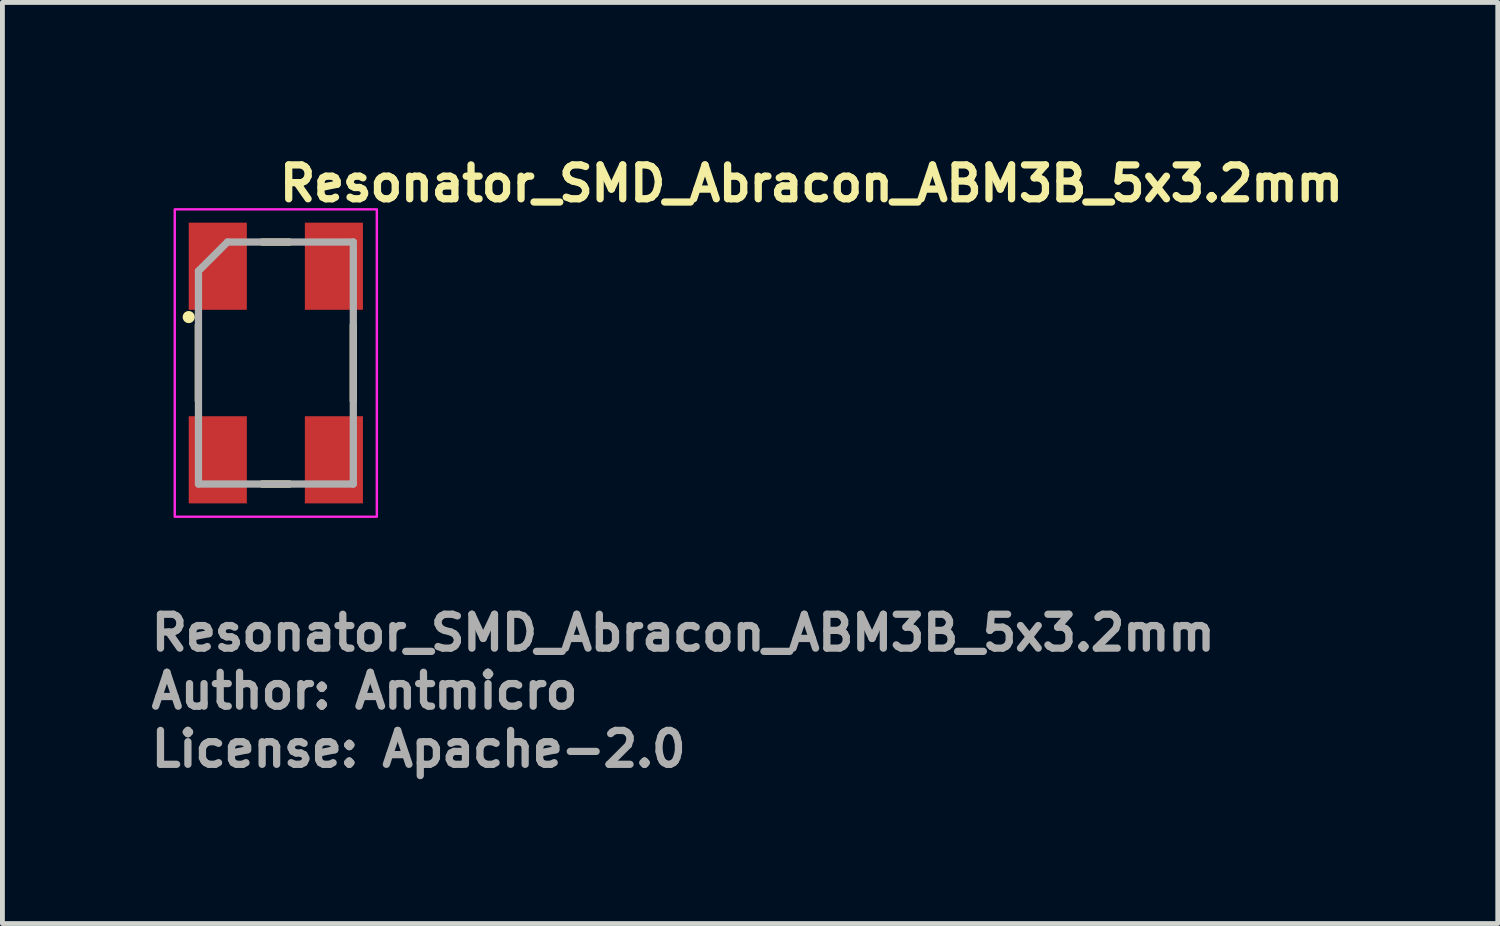
<source format=kicad_pcb>
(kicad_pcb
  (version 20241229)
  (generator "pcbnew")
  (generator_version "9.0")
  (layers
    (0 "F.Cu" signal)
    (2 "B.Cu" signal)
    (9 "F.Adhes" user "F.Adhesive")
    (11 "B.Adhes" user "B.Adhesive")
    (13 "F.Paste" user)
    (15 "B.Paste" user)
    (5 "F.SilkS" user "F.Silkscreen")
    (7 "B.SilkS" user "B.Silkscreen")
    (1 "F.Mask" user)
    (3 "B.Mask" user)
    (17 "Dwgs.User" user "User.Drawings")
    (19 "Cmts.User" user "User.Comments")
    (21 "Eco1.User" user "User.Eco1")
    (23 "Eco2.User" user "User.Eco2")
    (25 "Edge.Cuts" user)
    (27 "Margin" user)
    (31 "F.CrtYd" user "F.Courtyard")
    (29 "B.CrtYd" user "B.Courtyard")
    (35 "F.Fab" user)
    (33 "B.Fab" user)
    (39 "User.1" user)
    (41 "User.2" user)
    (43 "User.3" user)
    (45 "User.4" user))
  (footprint "Resonator_SMD_Abracon_ABM3B_5x3.2mm"
    (layer "F.Cu")
    (at 2.649 4.45)
    (property "Reference" "Resonator_SMD_Abracon_ABM3B_5x3.2mm" (at 0 -3.3 0) (layer "F.SilkS") (effects (font (size 0.7 0.7) (thickness 0.15)) (justify left bottom)))
    (attr smd)
    (fp_line (start -1.601 -0.783) (end -1.601 0.78) (stroke (width 0.15) (type solid)) (layer "F.SilkS"))
    (fp_line (start -0.282 -2.5) (end 0.281 -2.5) (stroke (width 0.15) (type solid)) (layer "F.SilkS"))
    (fp_line (start -0.282 2.499) (end 0.281 2.499) (stroke (width 0.15) (type solid)) (layer "F.SilkS"))
    (fp_line (start 1.6 -0.783) (end 1.6 0.78) (stroke (width 0.15) (type solid)) (layer "F.SilkS"))
    (fp_circle (center -1.8 -0.95) (end -1.75 -0.95) (stroke (width 0.15) (type solid)) (fill yes) (layer "F.SilkS"))
    (fp_rect (start -2.089 -3.175) (end 2.086 3.175) (stroke (width 0.05) (type solid)) (fill no) (layer "F.CrtYd"))
    (fp_line (start -1.599 -1.901) (end -0.999 -2.5) (stroke (width 0.15) (type solid)) (layer "F.Fab"))
    (fp_line (start -1.599 2.499) (end -1.599 -1.901) (stroke (width 0.15) (type solid)) (layer "F.Fab"))
    (fp_line (start -0.999 -2.5) (end 1.6 -2.5) (stroke (width 0.15) (type solid)) (layer "F.Fab"))
    (fp_line (start 1.6 -2.5) (end 1.6 2.499) (stroke (width 0.15) (type solid)) (layer "F.Fab"))
    (fp_line (start 1.6 2.499) (end -1.599 2.499) (stroke (width 0.15) (type solid)) (layer "F.Fab"))
    (fp_rect (start -1.589 -2.5) (end 1.586 2.499) (stroke (width 0.1) (type solid)) (fill no) (layer "User.5"))
    (fp_rect (start -1.589 -2.5) (end 1.586 2.499) (stroke (width 0.1) (type solid)) (fill no) (layer "User.5"))
    (fp_line (start -1.589 2.193) (end -1.589 -2.198) (stroke (width 0.02) (type solid)) (layer "User.9"))
    (fp_line (start -1.589 2.193) (end -1.283 2.499) (stroke (width 0.02) (type solid)) (layer "User.9"))
    (fp_line (start -1.462 -1.982) (end -1.462 -1.97) (stroke (width 0.02) (type solid)) (layer "User.9"))
    (fp_line (start -1.462 1.967) (end -1.462 -1.97) (stroke (width 0.02) (type solid)) (layer "User.9"))
    (fp_line (start -1.462 1.967) (end -1.462 1.981) (stroke (width 0.02) (type solid)) (layer "User.9"))
    (fp_line (start -1.462 1.981) (end -1.46 1.993) (stroke (width 0.02) (type solid)) (layer "User.9"))
    (fp_line (start -1.46 -1.994) (end -1.462 -1.982) (stroke (width 0.02) (type solid)) (layer "User.9"))
    (fp_line (start -1.46 1.993) (end -1.458 2.006) (stroke (width 0.02) (type solid)) (layer "User.9"))
    (fp_line (start -1.458 -2.008) (end -1.46 -1.994) (stroke (width 0.02) (type solid)) (layer "User.9"))
    (fp_line (start -1.458 2.006) (end -1.456 2.018) (stroke (width 0.02) (type solid)) (layer "User.9"))
    (fp_line (start -1.456 -2.02) (end -1.458 -2.008) (stroke (width 0.02) (type solid)) (layer "User.9"))
    (fp_line (start -1.456 2.018) (end -1.454 2.03) (stroke (width 0.02) (type solid)) (layer "User.9"))
    (fp_line (start -1.454 -2.032) (end -1.456 -2.02) (stroke (width 0.02) (type solid)) (layer "User.9"))
    (fp_line (start -1.454 2.03) (end -1.45 2.042) (stroke (width 0.02) (type solid)) (layer "User.9"))
    (fp_line (start -1.45 -2.044) (end -1.454 -2.032) (stroke (width 0.02) (type solid)) (layer "User.9"))
    (fp_line (start -1.45 2.042) (end -1.446 2.052) (stroke (width 0.02) (type solid)) (layer "User.9"))
    (fp_line (start -1.446 -2.057) (end -1.45 -2.044) (stroke (width 0.02) (type solid)) (layer "User.9"))
    (fp_line (start -1.446 2.052) (end -1.442 2.064) (stroke (width 0.02) (type solid)) (layer "User.9"))
    (fp_line (start -1.442 -2.066) (end -1.446 -2.057) (stroke (width 0.02) (type solid)) (layer "User.9"))
    (fp_line (start -1.442 2.064) (end -1.438 2.076) (stroke (width 0.02) (type solid)) (layer "User.9"))
    (fp_line (start -1.438 -2.078) (end -1.442 -2.066) (stroke (width 0.02) (type solid)) (layer "User.9"))
    (fp_line (start -1.438 2.076) (end -1.432 2.088) (stroke (width 0.02) (type solid)) (layer "User.9"))
    (fp_line (start -1.432 -2.089) (end -1.438 -2.078) (stroke (width 0.02) (type solid)) (layer "User.9"))
    (fp_line (start -1.432 2.088) (end -1.426 2.096) (stroke (width 0.02) (type solid)) (layer "User.9"))
    (fp_line (start -1.426 -2.101) (end -1.432 -2.089) (stroke (width 0.02) (type solid)) (layer "User.9"))
    (fp_line (start -1.426 2.096) (end -1.418 2.108) (stroke (width 0.02) (type solid)) (layer "User.9"))
    (fp_line (start -1.418 -2.11) (end -1.426 -2.101) (stroke (width 0.02) (type solid)) (layer "User.9"))
    (fp_line (start -1.418 2.108) (end -1.412 2.119) (stroke (width 0.02) (type solid)) (layer "User.9"))
    (fp_line (start -1.412 -2.121) (end -1.418 -2.11) (stroke (width 0.02) (type solid)) (layer "User.9"))
    (fp_line (start -1.412 2.119) (end -1.403 2.128) (stroke (width 0.02) (type solid)) (layer "User.9"))
    (fp_line (start -1.403 -2.13) (end -1.412 -2.121) (stroke (width 0.02) (type solid)) (layer "User.9"))
    (fp_line (start -1.403 2.128) (end -1.395 2.136) (stroke (width 0.02) (type solid)) (layer "User.9"))
    (fp_line (start -1.395 -2.141) (end -1.403 -2.13) (stroke (width 0.02) (type solid)) (layer "User.9"))
    (fp_line (start -1.395 2.136) (end -1.387 2.148) (stroke (width 0.02) (type solid)) (layer "User.9"))
    (fp_line (start -1.387 -2.149) (end -1.395 -2.141) (stroke (width 0.02) (type solid)) (layer "User.9"))
    (fp_line (start -1.387 -2.149) (end -1.387 -2.149) (stroke (width 0.02) (type solid)) (layer "User.9"))
    (fp_line (start -1.387 2.148) (end -1.387 2.148) (stroke (width 0.02) (type solid)) (layer "User.9"))
    (fp_line (start -1.387 2.148) (end -1.377 2.156) (stroke (width 0.02) (type solid)) (layer "User.9"))
    (fp_line (start -1.377 -2.157) (end -1.387 -2.149) (stroke (width 0.02) (type solid)) (layer "User.9"))
    (fp_line (start -1.377 2.156) (end -1.369 2.164) (stroke (width 0.02) (type solid)) (layer "User.9"))
    (fp_line (start -1.369 -2.165) (end -1.377 -2.157) (stroke (width 0.02) (type solid)) (layer "User.9"))
    (fp_line (start -1.369 2.164) (end -1.359 2.172) (stroke (width 0.02) (type solid)) (layer "User.9"))
    (fp_line (start -1.359 -2.173) (end -1.369 -2.165) (stroke (width 0.02) (type solid)) (layer "User.9"))
    (fp_line (start -1.359 2.172) (end -1.349 2.177) (stroke (width 0.02) (type solid)) (layer "User.9"))
    (fp_line (start -1.349 -2.182) (end -1.359 -2.173) (stroke (width 0.02) (type solid)) (layer "User.9"))
    (fp_line (start -1.349 2.177) (end -1.337 2.185) (stroke (width 0.02) (type solid)) (layer "User.9"))
    (fp_line (start -1.337 -2.187) (end -1.349 -2.182) (stroke (width 0.02) (type solid)) (layer "User.9"))
    (fp_line (start -1.337 2.185) (end -1.327 2.192) (stroke (width 0.02) (type solid)) (layer "User.9"))
    (fp_line (start -1.327 -2.194) (end -1.337 -2.187) (stroke (width 0.02) (type solid)) (layer "User.9"))
    (fp_line (start -1.327 2.192) (end -1.317 2.197) (stroke (width 0.02) (type solid)) (layer "User.9"))
    (fp_line (start -1.317 -2.199) (end -1.327 -2.194) (stroke (width 0.02) (type solid)) (layer "User.9"))
    (fp_line (start -1.317 2.197) (end -1.305 2.201) (stroke (width 0.02) (type solid)) (layer "User.9"))
    (fp_line (start -1.305 -2.206) (end -1.317 -2.199) (stroke (width 0.02) (type solid)) (layer "User.9"))
    (fp_line (start -1.305 2.201) (end -1.293 2.205) (stroke (width 0.02) (type solid)) (layer "User.9"))
    (fp_line (start -1.293 -2.21) (end -1.305 -2.206) (stroke (width 0.02) (type solid)) (layer "User.9"))
    (fp_line (start -1.293 2.205) (end -1.28 2.209) (stroke (width 0.02) (type solid)) (layer "User.9"))
    (fp_line (start -1.283 -2.5) (end -1.589 -2.198) (stroke (width 0.02) (type solid)) (layer "User.9"))
    (fp_line (start -1.283 -2.5) (end 1.282 -2.5) (stroke (width 0.02) (type solid)) (layer "User.9"))
    (fp_line (start -1.28 -2.214) (end -1.293 -2.21) (stroke (width 0.02) (type solid)) (layer "User.9"))
    (fp_line (start -1.28 2.209) (end -1.27 2.213) (stroke (width 0.02) (type solid)) (layer "User.9"))
    (fp_line (start -1.27 -2.215) (end -1.28 -2.214) (stroke (width 0.02) (type solid)) (layer "User.9"))
    (fp_line (start -1.27 2.213) (end -1.258 2.217) (stroke (width 0.02) (type solid)) (layer "User.9"))
    (fp_line (start -1.258 -2.218) (end -1.27 -2.215) (stroke (width 0.02) (type solid)) (layer "User.9"))
    (fp_line (start -1.258 2.217) (end -1.246 2.217) (stroke (width 0.02) (type solid)) (layer "User.9"))
    (fp_line (start -1.246 -2.222) (end -1.258 -2.218) (stroke (width 0.02) (type solid)) (layer "User.9"))
    (fp_line (start -1.246 2.217) (end -1.232 2.221) (stroke (width 0.02) (type solid)) (layer "User.9"))
    (fp_line (start -1.232 -2.222) (end -1.246 -2.222) (stroke (width 0.02) (type solid)) (layer "User.9"))
    (fp_line (start -1.232 2.221) (end -1.22 2.221) (stroke (width 0.02) (type solid)) (layer "User.9"))
    (fp_line (start -1.22 -2.223) (end -1.232 -2.222) (stroke (width 0.02) (type solid)) (layer "User.9"))
    (fp_line (start -1.22 2.221) (end -1.208 2.221) (stroke (width 0.02) (type solid)) (layer "User.9"))
    (fp_line (start -1.208 -2.223) (end -1.22 -2.223) (stroke (width 0.02) (type solid)) (layer "User.9"))
    (fp_line (start -1.208 -2.223) (end 1.205 -2.223) (stroke (width 0.02) (type solid)) (layer "User.9"))
    (fp_line (start -0.388 -1.295) (end -0.387 -1.315) (stroke (width 0.02) (type solid)) (layer "User.9"))
    (fp_line (start -0.388 -1.278) (end -0.388 -1.295) (stroke (width 0.02) (type solid)) (layer "User.9"))
    (fp_line (start -0.388 -1.278) (end -0.388 -1.029) (stroke (width 0.02) (type solid)) (layer "User.9"))
    (fp_line (start -0.388 -1.029) (end 0.274 -1.029) (stroke (width 0.02) (type solid)) (layer "User.9"))
    (fp_line (start -0.388 -0.701) (end -0.387 -0.708) (stroke (width 0.02) (type solid)) (layer "User.9"))
    (fp_line (start -0.388 -0.691) (end -0.388 -0.701) (stroke (width 0.02) (type solid)) (layer "User.9"))
    (fp_line (start -0.388 -0.682) (end -0.388 -0.691) (stroke (width 0.02) (type solid)) (layer "User.9"))
    (fp_line (start -0.388 -0.673) (end -0.388 -0.682) (stroke (width 0.02) (type solid)) (layer "User.9"))
    (fp_line (start -0.388 -0.388) (end -0.388 -0.247) (stroke (width 0.02) (type solid)) (layer "User.9"))
    (fp_line (start -0.388 -0.247) (end 0.069 -0.103) (stroke (width 0.02) (type solid)) (layer "User.9"))
    (fp_line (start -0.388 0.107) (end -0.388 0.247) (stroke (width 0.02) (type solid)) (layer "User.9"))
    (fp_line (start -0.388 0.247) (end 0.274 0.247) (stroke (width 0.02) (type solid)) (layer "User.9"))
    (fp_line (start -0.388 0.576) (end -0.387 0.557) (stroke (width 0.02) (type solid)) (layer "User.9"))
    (fp_line (start -0.388 0.592) (end -0.388 0.576) (stroke (width 0.02) (type solid)) (layer "User.9"))
    (fp_line (start -0.388 0.592) (end -0.388 0.84) (stroke (width 0.02) (type solid)) (layer "User.9"))
    (fp_line (start -0.388 0.84) (end 0.274 0.84) (stroke (width 0.02) (type solid)) (layer "User.9"))
    (fp_line (start -0.388 1.173) (end -0.388 1.279) (stroke (width 0.02) (type solid)) (layer "User.9"))
    (fp_line (start -0.388 1.279) (end 0.274 1.542) (stroke (width 0.02) (type solid)) (layer "User.9"))
    (fp_line (start -0.387 -1.315) (end -0.386 -1.323) (stroke (width 0.02) (type solid)) (layer "User.9"))
    (fp_line (start -0.387 -0.708) (end -0.386 -0.718) (stroke (width 0.02) (type solid)) (layer "User.9"))
    (fp_line (start -0.387 -0.665) (end -0.388 -0.673) (stroke (width 0.02) (type solid)) (layer "User.9"))
    (fp_line (start -0.387 0.557) (end -0.386 0.548) (stroke (width 0.02) (type solid)) (layer "User.9"))
    (fp_line (start -0.386 -1.323) (end -0.383 -1.333) (stroke (width 0.02) (type solid)) (layer "User.9"))
    (fp_line (start -0.386 -0.718) (end -0.383 -0.727) (stroke (width 0.02) (type solid)) (layer "User.9"))
    (fp_line (start -0.386 -0.656) (end -0.387 -0.665) (stroke (width 0.02) (type solid)) (layer "User.9"))
    (fp_line (start -0.386 0.548) (end -0.383 0.539) (stroke (width 0.02) (type solid)) (layer "User.9"))
    (fp_line (start -0.383 -1.333) (end -0.382 -1.341) (stroke (width 0.02) (type solid)) (layer "User.9"))
    (fp_line (start -0.383 -0.727) (end -0.381 -0.736) (stroke (width 0.02) (type solid)) (layer "User.9"))
    (fp_line (start -0.383 0.539) (end -0.382 0.53) (stroke (width 0.02) (type solid)) (layer "User.9"))
    (fp_line (start -0.382 -1.341) (end -0.38 -1.351) (stroke (width 0.02) (type solid)) (layer "User.9"))
    (fp_line (start -0.382 -0.648) (end -0.386 -0.656) (stroke (width 0.02) (type solid)) (layer "User.9"))
    (fp_line (start -0.382 0.53) (end -0.38 0.521) (stroke (width 0.02) (type solid)) (layer "User.9"))
    (fp_line (start -0.381 -0.736) (end -0.379 -0.745) (stroke (width 0.02) (type solid)) (layer "User.9"))
    (fp_line (start -0.38 -1.351) (end -0.378 -1.361) (stroke (width 0.02) (type solid)) (layer "User.9"))
    (fp_line (start -0.38 -0.637) (end -0.382 -0.648) (stroke (width 0.02) (type solid)) (layer "User.9"))
    (fp_line (start -0.38 0.521) (end -0.378 0.512) (stroke (width 0.02) (type solid)) (layer "User.9"))
    (fp_line (start -0.379 -0.745) (end -0.377 -0.753) (stroke (width 0.02) (type solid)) (layer "User.9"))
    (fp_line (start -0.378 -1.361) (end -0.376 -1.369) (stroke (width 0.02) (type solid)) (layer "User.9"))
    (fp_line (start -0.378 -0.629) (end -0.38 -0.637) (stroke (width 0.02) (type solid)) (layer "User.9"))
    (fp_line (start -0.378 0.512) (end -0.376 0.501) (stroke (width 0.02) (type solid)) (layer "User.9"))
    (fp_line (start -0.377 -0.753) (end -0.374 -0.762) (stroke (width 0.02) (type solid)) (layer "User.9"))
    (fp_line (start -0.376 -1.369) (end -0.373 -1.377) (stroke (width 0.02) (type solid)) (layer "User.9"))
    (fp_line (start -0.376 -0.621) (end -0.378 -0.629) (stroke (width 0.02) (type solid)) (layer "User.9"))
    (fp_line (start -0.376 0.501) (end -0.373 0.492) (stroke (width 0.02) (type solid)) (layer "User.9"))
    (fp_line (start -0.374 -0.762) (end -0.37 -0.772) (stroke (width 0.02) (type solid)) (layer "User.9"))
    (fp_line (start -0.373 -1.377) (end -0.37 -1.387) (stroke (width 0.02) (type solid)) (layer "User.9"))
    (fp_line (start -0.373 -0.613) (end -0.376 -0.621) (stroke (width 0.02) (type solid)) (layer "User.9"))
    (fp_line (start -0.373 0.492) (end -0.37 0.483) (stroke (width 0.02) (type solid)) (layer "User.9"))
    (fp_line (start -0.37 -1.387) (end -0.367 -1.395) (stroke (width 0.02) (type solid)) (layer "User.9"))
    (fp_line (start -0.37 -0.772) (end -0.367 -0.78) (stroke (width 0.02) (type solid)) (layer "User.9"))
    (fp_line (start -0.37 0.483) (end -0.367 0.476) (stroke (width 0.02) (type solid)) (layer "User.9"))
    (fp_line (start -0.369 -0.606) (end -0.373 -0.613) (stroke (width 0.02) (type solid)) (layer "User.9"))
    (fp_line (start -0.367 -1.395) (end -0.363 -1.403) (stroke (width 0.02) (type solid)) (layer "User.9"))
    (fp_line (start -0.367 -0.78) (end -0.363 -0.789) (stroke (width 0.02) (type solid)) (layer "User.9"))
    (fp_line (start -0.367 0.476) (end -0.363 0.468) (stroke (width 0.02) (type solid)) (layer "User.9"))
    (fp_line (start -0.366 -0.598) (end -0.369 -0.606) (stroke (width 0.02) (type solid)) (layer "User.9"))
    (fp_line (start -0.363 -1.403) (end -0.359 -1.412) (stroke (width 0.02) (type solid)) (layer "User.9"))
    (fp_line (start -0.363 -0.789) (end -0.358 -0.797) (stroke (width 0.02) (type solid)) (layer "User.9"))
    (fp_line (start -0.363 0.468) (end -0.359 0.46) (stroke (width 0.02) (type solid)) (layer "User.9"))
    (fp_line (start -0.362 -0.59) (end -0.366 -0.598) (stroke (width 0.02) (type solid)) (layer "User.9"))
    (fp_line (start -0.359 -1.412) (end -0.354 -1.42) (stroke (width 0.02) (type solid)) (layer "User.9"))
    (fp_line (start -0.359 0.46) (end -0.354 0.452) (stroke (width 0.02) (type solid)) (layer "User.9"))
    (fp_line (start -0.358 -0.797) (end -0.353 -0.804) (stroke (width 0.02) (type solid)) (layer "User.9"))
    (fp_line (start -0.357 -0.583) (end -0.362 -0.59) (stroke (width 0.02) (type solid)) (layer "User.9"))
    (fp_line (start -0.354 -1.42) (end -0.354 -1.42) (stroke (width 0.02) (type solid)) (layer "User.9"))
    (fp_line (start -0.354 -1.42) (end -0.352 -1.424) (stroke (width 0.02) (type solid)) (layer "User.9"))
    (fp_line (start -0.354 0.452) (end -0.354 0.452) (stroke (width 0.02) (type solid)) (layer "User.9"))
    (fp_line (start -0.354 0.452) (end -0.352 0.445) (stroke (width 0.02) (type solid)) (layer "User.9"))
    (fp_line (start -0.353 -0.804) (end -0.35 -0.812) (stroke (width 0.02) (type solid)) (layer "User.9"))
    (fp_line (start -0.352 -1.424) (end -0.35 -1.428) (stroke (width 0.02) (type solid)) (layer "User.9"))
    (fp_line (start -0.352 -0.577) (end -0.357 -0.583) (stroke (width 0.02) (type solid)) (layer "User.9"))
    (fp_line (start -0.352 0.445) (end -0.35 0.441) (stroke (width 0.02) (type solid)) (layer "User.9"))
    (fp_line (start -0.35 -1.428) (end -0.347 -1.432) (stroke (width 0.02) (type solid)) (layer "User.9"))
    (fp_line (start -0.35 -0.812) (end -0.345 -0.82) (stroke (width 0.02) (type solid)) (layer "User.9"))
    (fp_line (start -0.35 0.441) (end -0.347 0.437) (stroke (width 0.02) (type solid)) (layer "User.9"))
    (fp_line (start -0.349 -0.571) (end -0.352 -0.577) (stroke (width 0.02) (type solid)) (layer "User.9"))
    (fp_line (start -0.347 -1.432) (end -0.344 -1.436) (stroke (width 0.02) (type solid)) (layer "User.9"))
    (fp_line (start -0.347 0.437) (end -0.344 0.433) (stroke (width 0.02) (type solid)) (layer "User.9"))
    (fp_line (start -0.345 -0.82) (end -0.339 -0.827) (stroke (width 0.02) (type solid)) (layer "User.9"))
    (fp_line (start -0.344 -1.436) (end -0.337 -1.444) (stroke (width 0.02) (type solid)) (layer "User.9"))
    (fp_line (start -0.344 -0.564) (end -0.349 -0.571) (stroke (width 0.02) (type solid)) (layer "User.9"))
    (fp_line (start -0.344 -0.564) (end -0.344 -0.564) (stroke (width 0.02) (type solid)) (layer "User.9"))
    (fp_line (start -0.344 0.433) (end -0.337 0.426) (stroke (width 0.02) (type solid)) (layer "User.9"))
    (fp_line (start -0.339 -0.827) (end -0.339 -0.827) (stroke (width 0.02) (type solid)) (layer "User.9"))
    (fp_line (start -0.339 -0.827) (end -0.332 -0.833) (stroke (width 0.02) (type solid)) (layer "User.9"))
    (fp_line (start -0.337 -1.444) (end -0.33 -1.452) (stroke (width 0.02) (type solid)) (layer "User.9"))
    (fp_line (start -0.337 -0.557) (end -0.344 -0.564) (stroke (width 0.02) (type solid)) (layer "User.9"))
    (fp_line (start -0.337 0.426) (end -0.33 0.418) (stroke (width 0.02) (type solid)) (layer "User.9"))
    (fp_line (start -0.332 -0.833) (end -0.326 -0.837) (stroke (width 0.02) (type solid)) (layer "User.9"))
    (fp_line (start -0.331 -0.551) (end -0.337 -0.557) (stroke (width 0.02) (type solid)) (layer "User.9"))
    (fp_line (start -0.33 -1.452) (end -0.322 -1.458) (stroke (width 0.02) (type solid)) (layer "User.9"))
    (fp_line (start -0.33 0.418) (end -0.322 0.414) (stroke (width 0.02) (type solid)) (layer "User.9"))
    (fp_line (start -0.326 -0.837) (end -0.318 -0.842) (stroke (width 0.02) (type solid)) (layer "User.9"))
    (fp_line (start -0.324 -0.545) (end -0.331 -0.551) (stroke (width 0.02) (type solid)) (layer "User.9"))
    (fp_line (start -0.322 -1.458) (end -0.312 -1.464) (stroke (width 0.02) (type solid)) (layer "User.9"))
    (fp_line (start -0.322 0.414) (end -0.312 0.407) (stroke (width 0.02) (type solid)) (layer "User.9"))
    (fp_line (start -0.318 -0.842) (end -0.311 -0.847) (stroke (width 0.02) (type solid)) (layer "User.9"))
    (fp_line (start -0.315 -0.539) (end -0.324 -0.545) (stroke (width 0.02) (type solid)) (layer "User.9"))
    (fp_line (start -0.312 -1.464) (end -0.303 -1.47) (stroke (width 0.02) (type solid)) (layer "User.9"))
    (fp_line (start -0.312 0.407) (end -0.303 0.402) (stroke (width 0.02) (type solid)) (layer "User.9"))
    (fp_line (start -0.311 -0.847) (end -0.304 -0.852) (stroke (width 0.02) (type solid)) (layer "User.9"))
    (fp_line (start -0.31 -1.123) (end -0.31 -1.248) (stroke (width 0.02) (type solid)) (layer "User.9"))
    (fp_line (start -0.31 -0.706) (end -0.31 -0.704) (stroke (width 0.02) (type solid)) (layer "User.9"))
    (fp_line (start -0.31 -0.704) (end -0.31 -0.699) (stroke (width 0.02) (type solid)) (layer "User.9"))
    (fp_line (start -0.31 -0.699) (end -0.31 -0.694) (stroke (width 0.02) (type solid)) (layer "User.9"))
    (fp_line (start -0.31 -0.694) (end -0.31 -0.689) (stroke (width 0.02) (type solid)) (layer "User.9"))
    (fp_line (start -0.31 -0.689) (end -0.31 -0.684) (stroke (width 0.02) (type solid)) (layer "User.9"))
    (fp_line (start -0.31 -0.684) (end -0.309 -0.679) (stroke (width 0.02) (type solid)) (layer "User.9"))
    (fp_line (start -0.31 0.747) (end -0.31 0.621) (stroke (width 0.02) (type solid)) (layer "User.9"))
    (fp_line (start -0.31 1.227) (end -0.294 1.231) (stroke (width 0.02) (type solid)) (layer "User.9"))
    (fp_line (start -0.309 -1.291) (end -0.309 -1.276) (stroke (width 0.02) (type solid)) (layer "User.9"))
    (fp_line (start -0.309 -1.276) (end -0.31 -1.248) (stroke (width 0.02) (type solid)) (layer "User.9"))
    (fp_line (start -0.309 -0.711) (end -0.31 -0.706) (stroke (width 0.02) (type solid)) (layer "User.9"))
    (fp_line (start -0.309 -0.679) (end -0.309 -0.674) (stroke (width 0.02) (type solid)) (layer "User.9"))
    (fp_line (start -0.309 -0.674) (end -0.308 -0.669) (stroke (width 0.02) (type solid)) (layer "User.9"))
    (fp_line (start -0.309 0.579) (end -0.309 0.593) (stroke (width 0.02) (type solid)) (layer "User.9"))
    (fp_line (start -0.309 0.593) (end -0.31 0.621) (stroke (width 0.02) (type solid)) (layer "User.9"))
    (fp_line (start -0.308 -1.305) (end -0.308 -1.297) (stroke (width 0.02) (type solid)) (layer "User.9"))
    (fp_line (start -0.308 -1.297) (end -0.309 -1.291) (stroke (width 0.02) (type solid)) (layer "User.9"))
    (fp_line (start -0.308 -0.716) (end -0.309 -0.711) (stroke (width 0.02) (type solid)) (layer "User.9"))
    (fp_line (start -0.308 -0.669) (end -0.307 -0.664) (stroke (width 0.02) (type solid)) (layer "User.9"))
    (fp_line (start -0.308 -0.534) (end -0.315 -0.539) (stroke (width 0.02) (type solid)) (layer "User.9"))
    (fp_line (start -0.308 0.567) (end -0.308 0.574) (stroke (width 0.02) (type solid)) (layer "User.9"))
    (fp_line (start -0.308 0.574) (end -0.309 0.579) (stroke (width 0.02) (type solid)) (layer "User.9"))
    (fp_line (start -0.307 -1.311) (end -0.308 -1.305) (stroke (width 0.02) (type solid)) (layer "User.9"))
    (fp_line (start -0.307 -0.721) (end -0.308 -0.716) (stroke (width 0.02) (type solid)) (layer "User.9"))
    (fp_line (start -0.307 -0.664) (end -0.305 -0.659) (stroke (width 0.02) (type solid)) (layer "User.9"))
    (fp_line (start -0.307 0.56) (end -0.308 0.567) (stroke (width 0.02) (type solid)) (layer "User.9"))
    (fp_line (start -0.306 -1.319) (end -0.307 -1.311) (stroke (width 0.02) (type solid)) (layer "User.9"))
    (fp_line (start -0.306 -0.725) (end -0.307 -0.721) (stroke (width 0.02) (type solid)) (layer "User.9"))
    (fp_line (start -0.306 0.554) (end -0.307 0.56) (stroke (width 0.02) (type solid)) (layer "User.9"))
    (fp_line (start -0.305 -1.325) (end -0.306 -1.319) (stroke (width 0.02) (type solid)) (layer "User.9"))
    (fp_line (start -0.305 -0.659) (end -0.304 -0.655) (stroke (width 0.02) (type solid)) (layer "User.9"))
    (fp_line (start -0.305 0.547) (end -0.306 0.554) (stroke (width 0.02) (type solid)) (layer "User.9"))
    (fp_line (start -0.304 -1.331) (end -0.305 -1.325) (stroke (width 0.02) (type solid)) (layer "User.9"))
    (fp_line (start -0.304 -0.852) (end -0.297 -0.856) (stroke (width 0.02) (type solid)) (layer "User.9"))
    (fp_line (start -0.304 -0.73) (end -0.306 -0.725) (stroke (width 0.02) (type solid)) (layer "User.9"))
    (fp_line (start -0.304 -0.655) (end -0.302 -0.65) (stroke (width 0.02) (type solid)) (layer "User.9"))
    (fp_line (start -0.304 0.54) (end -0.305 0.547) (stroke (width 0.02) (type solid)) (layer "User.9"))
    (fp_line (start -0.303 -1.47) (end -0.294 -1.476) (stroke (width 0.02) (type solid)) (layer "User.9"))
    (fp_line (start -0.303 0.402) (end -0.294 0.396) (stroke (width 0.02) (type solid)) (layer "User.9"))
    (fp_line (start -0.302 -1.339) (end -0.304 -1.331) (stroke (width 0.02) (type solid)) (layer "User.9"))
    (fp_line (start -0.302 -0.734) (end -0.304 -0.73) (stroke (width 0.02) (type solid)) (layer "User.9"))
    (fp_line (start -0.302 -0.65) (end -0.3 -0.646) (stroke (width 0.02) (type solid)) (layer "User.9"))
    (fp_line (start -0.302 0.533) (end -0.304 0.54) (stroke (width 0.02) (type solid)) (layer "User.9"))
    (fp_line (start -0.3 -1.345) (end -0.302 -1.339) (stroke (width 0.02) (type solid)) (layer "User.9"))
    (fp_line (start -0.3 -0.739) (end -0.302 -0.734) (stroke (width 0.02) (type solid)) (layer "User.9"))
    (fp_line (start -0.3 -0.646) (end -0.298 -0.639) (stroke (width 0.02) (type solid)) (layer "User.9"))
    (fp_line (start -0.3 -0.529) (end -0.308 -0.534) (stroke (width 0.02) (type solid)) (layer "User.9"))
    (fp_line (start -0.3 0.527) (end -0.302 0.533) (stroke (width 0.02) (type solid)) (layer "User.9"))
    (fp_line (start -0.298 -1.351) (end -0.3 -1.345) (stroke (width 0.02) (type solid)) (layer "User.9"))
    (fp_line (start -0.298 -0.743) (end -0.3 -0.739) (stroke (width 0.02) (type solid)) (layer "User.9"))
    (fp_line (start -0.298 -0.639) (end -0.296 -0.635) (stroke (width 0.02) (type solid)) (layer "User.9"))
    (fp_line (start -0.298 0.52) (end -0.3 0.527) (stroke (width 0.02) (type solid)) (layer "User.9"))
    (fp_line (start -0.297 -0.856) (end -0.29 -0.86) (stroke (width 0.02) (type solid)) (layer "User.9"))
    (fp_line (start -0.296 -0.747) (end -0.298 -0.743) (stroke (width 0.02) (type solid)) (layer "User.9"))
    (fp_line (start -0.296 -0.635) (end -0.293 -0.631) (stroke (width 0.02) (type solid)) (layer "User.9"))
    (fp_line (start -0.295 -1.357) (end -0.298 -1.351) (stroke (width 0.02) (type solid)) (layer "User.9"))
    (fp_line (start -0.295 -1.357) (end -0.295 -1.357) (stroke (width 0.02) (type solid)) (layer "User.9"))
    (fp_line (start -0.295 0.514) (end -0.298 0.52) (stroke (width 0.02) (type solid)) (layer "User.9"))
    (fp_line (start -0.295 0.514) (end -0.295 0.514) (stroke (width 0.02) (type solid)) (layer "User.9"))
    (fp_line (start -0.294 -1.476) (end -0.287 -1.48) (stroke (width 0.02) (type solid)) (layer "User.9"))
    (fp_line (start -0.294 0.396) (end -0.287 0.392) (stroke (width 0.02) (type solid)) (layer "User.9"))
    (fp_line (start -0.294 1.231) (end -0.28 1.235) (stroke (width 0.02) (type solid)) (layer "User.9"))
    (fp_line (start -0.293 -1.361) (end -0.295 -1.357) (stroke (width 0.02) (type solid)) (layer "User.9"))
    (fp_line (start -0.293 -0.751) (end -0.296 -0.747) (stroke (width 0.02) (type solid)) (layer "User.9"))
    (fp_line (start -0.293 -0.631) (end -0.291 -0.627) (stroke (width 0.02) (type solid)) (layer "User.9"))
    (fp_line (start -0.293 -0.524) (end -0.3 -0.529) (stroke (width 0.02) (type solid)) (layer "User.9"))
    (fp_line (start -0.293 0.509) (end -0.295 0.514) (stroke (width 0.02) (type solid)) (layer "User.9"))
    (fp_line (start -0.291 -1.363) (end -0.293 -1.361) (stroke (width 0.02) (type solid)) (layer "User.9"))
    (fp_line (start -0.291 -0.627) (end -0.289 -0.622) (stroke (width 0.02) (type solid)) (layer "User.9"))
    (fp_line (start -0.291 0.506) (end -0.293 0.509) (stroke (width 0.02) (type solid)) (layer "User.9"))
    (fp_line (start -0.29 -0.86) (end -0.285 -0.863) (stroke (width 0.02) (type solid)) (layer "User.9"))
    (fp_line (start -0.29 -0.755) (end -0.293 -0.751) (stroke (width 0.02) (type solid)) (layer "User.9"))
    (fp_line (start -0.289 -1.369) (end -0.289 -1.365) (stroke (width 0.02) (type solid)) (layer "User.9"))
    (fp_line (start -0.289 -1.365) (end -0.291 -1.363) (stroke (width 0.02) (type solid)) (layer "User.9"))
    (fp_line (start -0.289 -0.759) (end -0.29 -0.755) (stroke (width 0.02) (type solid)) (layer "User.9"))
    (fp_line (start -0.289 -0.622) (end -0.286 -0.618) (stroke (width 0.02) (type solid)) (layer "User.9"))
    (fp_line (start -0.289 0.501) (end -0.289 0.504) (stroke (width 0.02) (type solid)) (layer "User.9"))
    (fp_line (start -0.289 0.504) (end -0.291 0.506) (stroke (width 0.02) (type solid)) (layer "User.9"))
    (fp_line (start -0.287 -1.48) (end -0.277 -1.484) (stroke (width 0.02) (type solid)) (layer "User.9"))
    (fp_line (start -0.287 -0.52) (end -0.293 -0.524) (stroke (width 0.02) (type solid)) (layer "User.9"))
    (fp_line (start -0.287 0.392) (end -0.277 0.388) (stroke (width 0.02) (type solid)) (layer "User.9"))
    (fp_line (start -0.286 -0.763) (end -0.289 -0.759) (stroke (width 0.02) (type solid)) (layer "User.9"))
    (fp_line (start -0.286 -0.618) (end -0.286 -0.618) (stroke (width 0.02) (type solid)) (layer "User.9"))
    (fp_line (start -0.286 -0.618) (end -0.282 -0.615) (stroke (width 0.02) (type solid)) (layer "User.9"))
    (fp_line (start -0.286 -0.293) (end 0.274 -0.293) (stroke (width 0.02) (type solid)) (layer "User.9"))
    (fp_line (start -0.286 0.154) (end 0.274 -0.019) (stroke (width 0.02) (type solid)) (layer "User.9"))
    (fp_line (start -0.285 -1.373) (end -0.289 -1.369) (stroke (width 0.02) (type solid)) (layer "User.9"))
    (fp_line (start -0.285 -0.863) (end -0.277 -0.866) (stroke (width 0.02) (type solid)) (layer "User.9"))
    (fp_line (start -0.285 0.496) (end -0.289 0.501) (stroke (width 0.02) (type solid)) (layer "User.9"))
    (fp_line (start -0.283 -0.766) (end -0.286 -0.763) (stroke (width 0.02) (type solid)) (layer "User.9"))
    (fp_line (start -0.282 -0.615) (end -0.278 -0.611) (stroke (width 0.02) (type solid)) (layer "User.9"))
    (fp_line (start -0.281 -1.377) (end -0.285 -1.373) (stroke (width 0.02) (type solid)) (layer "User.9"))
    (fp_line (start -0.281 0.492) (end -0.285 0.496) (stroke (width 0.02) (type solid)) (layer "User.9"))
    (fp_line (start -0.28 1.235) (end -0.265 1.239) (stroke (width 0.02) (type solid)) (layer "User.9"))
    (fp_line (start -0.279 -0.772) (end -0.283 -0.766) (stroke (width 0.02) (type solid)) (layer "User.9"))
    (fp_line (start -0.279 -0.516) (end -0.287 -0.52) (stroke (width 0.02) (type solid)) (layer "User.9"))
    (fp_line (start -0.278 -0.611) (end -0.274 -0.607) (stroke (width 0.02) (type solid)) (layer "User.9"))
    (fp_line (start -0.277 -1.484) (end -0.268 -1.488) (stroke (width 0.02) (type solid)) (layer "User.9"))
    (fp_line (start -0.277 -0.866) (end -0.27 -0.869) (stroke (width 0.02) (type solid)) (layer "User.9"))
    (fp_line (start -0.277 0.388) (end -0.268 0.384) (stroke (width 0.02) (type solid)) (layer "User.9"))
    (fp_line (start -0.276 -1.381) (end -0.281 -1.377) (stroke (width 0.02) (type solid)) (layer "User.9"))
    (fp_line (start -0.276 -0.775) (end -0.279 -0.772) (stroke (width 0.02) (type solid)) (layer "User.9"))
    (fp_line (start -0.276 0.488) (end -0.281 0.492) (stroke (width 0.02) (type solid)) (layer "User.9"))
    (fp_line (start -0.274 -0.607) (end -0.27 -0.604) (stroke (width 0.02) (type solid)) (layer "User.9"))
    (fp_line (start -0.272 -0.778) (end -0.276 -0.775) (stroke (width 0.02) (type solid)) (layer "User.9"))
    (fp_line (start -0.271 -0.511) (end -0.279 -0.516) (stroke (width 0.02) (type solid)) (layer "User.9"))
    (fp_line (start -0.27 -1.385) (end -0.276 -1.381) (stroke (width 0.02) (type solid)) (layer "User.9"))
    (fp_line (start -0.27 -0.869) (end -0.262 -0.871) (stroke (width 0.02) (type solid)) (layer "User.9"))
    (fp_line (start -0.27 -0.604) (end -0.266 -0.601) (stroke (width 0.02) (type solid)) (layer "User.9"))
    (fp_line (start -0.27 0.484) (end -0.276 0.488) (stroke (width 0.02) (type solid)) (layer "User.9"))
    (fp_line (start -0.268 -1.488) (end -0.258 -1.49) (stroke (width 0.02) (type solid)) (layer "User.9"))
    (fp_line (start -0.268 -0.78) (end -0.272 -0.778) (stroke (width 0.02) (type solid)) (layer "User.9"))
    (fp_line (start -0.268 0.384) (end -0.258 0.379) (stroke (width 0.02) (type solid)) (layer "User.9"))
    (fp_line (start -0.266 -0.601) (end -0.261 -0.598) (stroke (width 0.02) (type solid)) (layer "User.9"))
    (fp_line (start -0.265 -1.389) (end -0.27 -1.385) (stroke (width 0.02) (type solid)) (layer "User.9"))
    (fp_line (start -0.265 0.481) (end -0.27 0.484) (stroke (width 0.02) (type solid)) (layer "User.9"))
    (fp_line (start -0.265 1.239) (end -0.247 1.245) (stroke (width 0.02) (type solid)) (layer "User.9"))
    (fp_line (start -0.264 -0.783) (end -0.268 -0.78) (stroke (width 0.02) (type solid)) (layer "User.9"))
    (fp_line (start -0.263 -0.507) (end -0.271 -0.511) (stroke (width 0.02) (type solid)) (layer "User.9"))
    (fp_line (start -0.262 -0.871) (end -0.252 -0.873) (stroke (width 0.02) (type solid)) (layer "User.9"))
    (fp_line (start -0.261 -0.598) (end -0.254 -0.595) (stroke (width 0.02) (type solid)) (layer "User.9"))
    (fp_line (start -0.26 -0.785) (end -0.264 -0.783) (stroke (width 0.02) (type solid)) (layer "User.9"))
    (fp_line (start -0.259 -1.391) (end -0.265 -1.389) (stroke (width 0.02) (type solid)) (layer "User.9"))
    (fp_line (start -0.259 0.479) (end -0.265 0.481) (stroke (width 0.02) (type solid)) (layer "User.9"))
    (fp_line (start -0.258 -1.49) (end -0.246 -1.492) (stroke (width 0.02) (type solid)) (layer "User.9"))
    (fp_line (start -0.258 0.379) (end -0.246 0.377) (stroke (width 0.02) (type solid)) (layer "User.9"))
    (fp_line (start -0.254 -0.595) (end -0.25 -0.593) (stroke (width 0.02) (type solid)) (layer "User.9"))
    (fp_line (start -0.253 -0.787) (end -0.26 -0.785) (stroke (width 0.02) (type solid)) (layer "User.9"))
    (fp_line (start -0.252 -0.873) (end -0.244 -0.875) (stroke (width 0.02) (type solid)) (layer "User.9"))
    (fp_line (start -0.252 -0.504) (end -0.263 -0.507) (stroke (width 0.02) (type solid)) (layer "User.9"))
    (fp_line (start -0.251 -1.395) (end -0.259 -1.391) (stroke (width 0.02) (type solid)) (layer "User.9"))
    (fp_line (start -0.251 0.477) (end -0.259 0.479) (stroke (width 0.02) (type solid)) (layer "User.9"))
    (fp_line (start -0.25 -0.593) (end -0.245 -0.591) (stroke (width 0.02) (type solid)) (layer "User.9"))
    (fp_line (start -0.249 -0.789) (end -0.253 -0.787) (stroke (width 0.02) (type solid)) (layer "User.9"))
    (fp_line (start -0.247 1.245) (end -0.234 1.251) (stroke (width 0.02) (type solid)) (layer "User.9"))
    (fp_line (start -0.246 -1.492) (end -0.237 -1.494) (stroke (width 0.02) (type solid)) (layer "User.9"))
    (fp_line (start -0.246 0.377) (end -0.237 0.375) (stroke (width 0.02) (type solid)) (layer "User.9"))
    (fp_line (start -0.245 -1.397) (end -0.251 -1.395) (stroke (width 0.02) (type solid)) (layer "User.9"))
    (fp_line (start -0.245 -0.591) (end -0.24 -0.589) (stroke (width 0.02) (type solid)) (layer "User.9"))
    (fp_line (start -0.245 0.475) (end -0.251 0.477) (stroke (width 0.02) (type solid)) (layer "User.9"))
    (fp_line (start -0.244 -0.875) (end -0.237 -0.876) (stroke (width 0.02) (type solid)) (layer "User.9"))
    (fp_line (start -0.244 -0.791) (end -0.249 -0.789) (stroke (width 0.02) (type solid)) (layer "User.9"))
    (fp_line (start -0.244 -0.502) (end -0.252 -0.504) (stroke (width 0.02) (type solid)) (layer "User.9"))
    (fp_line (start -0.24 -1.399) (end -0.245 -1.397) (stroke (width 0.02) (type solid)) (layer "User.9"))
    (fp_line (start -0.24 -0.792) (end -0.244 -0.791) (stroke (width 0.02) (type solid)) (layer "User.9"))
    (fp_line (start -0.24 -0.589) (end -0.237 -0.587) (stroke (width 0.02) (type solid)) (layer "User.9"))
    (fp_line (start -0.24 0.473) (end -0.245 0.475) (stroke (width 0.02) (type solid)) (layer "User.9"))
    (fp_line (start -0.237 -1.494) (end -0.227 -1.496) (stroke (width 0.02) (type solid)) (layer "User.9"))
    (fp_line (start -0.237 -0.876) (end -0.229 -0.877) (stroke (width 0.02) (type solid)) (layer "User.9"))
    (fp_line (start -0.237 -0.793) (end -0.24 -0.792) (stroke (width 0.02) (type solid)) (layer "User.9"))
    (fp_line (start -0.237 -0.587) (end -0.232 -0.585) (stroke (width 0.02) (type solid)) (layer "User.9"))
    (fp_line (start -0.237 -0.5) (end -0.244 -0.502) (stroke (width 0.02) (type solid)) (layer "User.9"))
    (fp_line (start -0.237 0.375) (end -0.227 0.374) (stroke (width 0.02) (type solid)) (layer "User.9"))
    (fp_line (start -0.234 -1.401) (end -0.24 -1.399) (stroke (width 0.02) (type solid)) (layer "User.9"))
    (fp_line (start -0.234 0.472) (end -0.24 0.473) (stroke (width 0.02) (type solid)) (layer "User.9"))
    (fp_line (start -0.234 1.251) (end -0.217 1.257) (stroke (width 0.02) (type solid)) (layer "User.9"))
    (fp_line (start -0.232 -0.794) (end -0.237 -0.793) (stroke (width 0.02) (type solid)) (layer "User.9"))
    (fp_line (start -0.232 -0.585) (end -0.227 -0.584) (stroke (width 0.02) (type solid)) (layer "User.9"))
    (fp_line (start -0.229 -0.877) (end -0.218 -0.877) (stroke (width 0.02) (type solid)) (layer "User.9"))
    (fp_line (start -0.228 -1.401) (end -0.234 -1.401) (stroke (width 0.02) (type solid)) (layer "User.9"))
    (fp_line (start -0.228 -0.498) (end -0.237 -0.5) (stroke (width 0.02) (type solid)) (layer "User.9"))
    (fp_line (start -0.228 0.47) (end -0.234 0.472) (stroke (width 0.02) (type solid)) (layer "User.9"))
    (fp_line (start -0.227 -1.496) (end -0.215 -1.496) (stroke (width 0.02) (type solid)) (layer "User.9"))
    (fp_line (start -0.227 -0.794) (end -0.232 -0.794) (stroke (width 0.02) (type solid)) (layer "User.9"))
    (fp_line (start -0.227 -0.584) (end -0.219 -0.583) (stroke (width 0.02) (type solid)) (layer "User.9"))
    (fp_line (start -0.227 0.374) (end -0.215 0.374) (stroke (width 0.02) (type solid)) (layer "User.9"))
    (fp_line (start -0.22 -0.795) (end -0.227 -0.794) (stroke (width 0.02) (type solid)) (layer "User.9"))
    (fp_line (start -0.219 -1.403) (end -0.228 -1.401) (stroke (width 0.02) (type solid)) (layer "User.9"))
    (fp_line (start -0.219 -0.583) (end -0.214 -0.582) (stroke (width 0.02) (type solid)) (layer "User.9"))
    (fp_line (start -0.219 0.47) (end -0.228 0.47) (stroke (width 0.02) (type solid)) (layer "User.9"))
    (fp_line (start -0.218 -0.877) (end -0.213 -0.877) (stroke (width 0.02) (type solid)) (layer "User.9"))
    (fp_line (start -0.217 -0.496) (end -0.228 -0.498) (stroke (width 0.02) (type solid)) (layer "User.9"))
    (fp_line (start -0.217 -0.496) (end -0.209 -0.581) (stroke (width 0.02) (type solid)) (layer "User.9"))
    (fp_line (start -0.217 1.257) (end -0.204 1.265) (stroke (width 0.02) (type solid)) (layer "User.9"))
    (fp_line (start -0.215 -1.496) (end -0.209 -1.496) (stroke (width 0.02) (type solid)) (layer "User.9"))
    (fp_line (start -0.215 -0.794) (end -0.22 -0.795) (stroke (width 0.02) (type solid)) (layer "User.9"))
    (fp_line (start -0.215 0.374) (end -0.209 0.374) (stroke (width 0.02) (type solid)) (layer "User.9"))
    (fp_line (start -0.214 -0.582) (end -0.209 -0.581) (stroke (width 0.02) (type solid)) (layer "User.9"))
    (fp_line (start -0.213 -1.403) (end -0.219 -1.403) (stroke (width 0.02) (type solid)) (layer "User.9"))
    (fp_line (start -0.213 -0.877) (end -0.209 -0.877) (stroke (width 0.02) (type solid)) (layer "User.9"))
    (fp_line (start -0.213 0.469) (end -0.219 0.47) (stroke (width 0.02) (type solid)) (layer "User.9"))
    (fp_line (start -0.209 -1.496) (end -0.205 -1.496) (stroke (width 0.02) (type solid)) (layer "User.9"))
    (fp_line (start -0.209 -1.403) (end -0.213 -1.403) (stroke (width 0.02) (type solid)) (layer "User.9"))
    (fp_line (start -0.209 -0.877) (end -0.204 -0.876) (stroke (width 0.02) (type solid)) (layer "User.9"))
    (fp_line (start -0.209 -0.794) (end -0.215 -0.794) (stroke (width 0.02) (type solid)) (layer "User.9"))
    (fp_line (start -0.209 0.374) (end -0.205 0.374) (stroke (width 0.02) (type solid)) (layer "User.9"))
    (fp_line (start -0.209 0.469) (end -0.213 0.469) (stroke (width 0.02) (type solid)) (layer "User.9"))
    (fp_line (start -0.206 -0.794) (end -0.209 -0.794) (stroke (width 0.02) (type solid)) (layer "User.9"))
    (fp_line (start -0.205 -1.496) (end -0.199 -1.494) (stroke (width 0.02) (type solid)) (layer "User.9"))
    (fp_line (start -0.205 -1.403) (end -0.209 -1.403) (stroke (width 0.02) (type solid)) (layer "User.9"))
    (fp_line (start -0.205 0.374) (end -0.199 0.375) (stroke (width 0.02) (type solid)) (layer "User.9"))
    (fp_line (start -0.205 0.469) (end -0.209 0.469) (stroke (width 0.02) (type solid)) (layer "User.9"))
    (fp_line (start -0.204 -0.876) (end -0.199 -0.876) (stroke (width 0.02) (type solid)) (layer "User.9"))
    (fp_line (start -0.204 1.265) (end -0.188 1.271) (stroke (width 0.02) (type solid)) (layer "User.9"))
    (fp_line (start -0.201 -1.403) (end -0.205 -1.403) (stroke (width 0.02) (type solid)) (layer "User.9"))
    (fp_line (start -0.201 0.469) (end -0.205 0.469) (stroke (width 0.02) (type solid)) (layer "User.9"))
    (fp_line (start -0.2 -0.793) (end -0.206 -0.794) (stroke (width 0.02) (type solid)) (layer "User.9"))
    (fp_line (start -0.199 -1.494) (end -0.194 -1.494) (stroke (width 0.02) (type solid)) (layer "User.9"))
    (fp_line (start -0.199 -0.876) (end -0.194 -0.875) (stroke (width 0.02) (type solid)) (layer "User.9"))
    (fp_line (start -0.199 0.375) (end -0.194 0.376) (stroke (width 0.02) (type solid)) (layer "User.9"))
    (fp_line (start -0.197 -1.403) (end -0.201 -1.403) (stroke (width 0.02) (type solid)) (layer "User.9"))
    (fp_line (start -0.197 0.469) (end -0.201 0.469) (stroke (width 0.02) (type solid)) (layer "User.9"))
    (fp_line (start -0.194 -1.494) (end -0.186 -1.492) (stroke (width 0.02) (type solid)) (layer "User.9"))
    (fp_line (start -0.194 -0.875) (end -0.187 -0.874) (stroke (width 0.02) (type solid)) (layer "User.9"))
    (fp_line (start -0.194 -0.792) (end -0.2 -0.793) (stroke (width 0.02) (type solid)) (layer "User.9"))
    (fp_line (start -0.194 0.376) (end -0.186 0.377) (stroke (width 0.02) (type solid)) (layer "User.9"))
    (fp_line (start -0.191 -1.403) (end -0.197 -1.403) (stroke (width 0.02) (type solid)) (layer "User.9"))
    (fp_line (start -0.191 0.47) (end -0.197 0.469) (stroke (width 0.02) (type solid)) (layer "User.9"))
    (fp_line (start -0.188 -1.401) (end -0.191 -1.403) (stroke (width 0.02) (type solid)) (layer "User.9"))
    (fp_line (start -0.188 0.47) (end -0.191 0.47) (stroke (width 0.02) (type solid)) (layer "User.9"))
    (fp_line (start -0.187 -0.874) (end -0.176 -0.871) (stroke (width 0.02) (type solid)) (layer "User.9"))
    (fp_line (start -0.187 -0.791) (end -0.194 -0.792) (stroke (width 0.02) (type solid)) (layer "User.9"))
    (fp_line (start -0.186 -1.492) (end -0.181 -1.492) (stroke (width 0.02) (type solid)) (layer "User.9"))
    (fp_line (start -0.186 0.377) (end -0.181 0.378) (stroke (width 0.02) (type solid)) (layer "User.9"))
    (fp_line (start -0.184 -1.401) (end -0.188 -1.401) (stroke (width 0.02) (type solid)) (layer "User.9"))
    (fp_line (start -0.184 0.471) (end -0.188 0.47) (stroke (width 0.02) (type solid)) (layer "User.9"))
    (fp_line (start -0.182 -0.79) (end -0.187 -0.791) (stroke (width 0.02) (type solid)) (layer "User.9"))
    (fp_line (start -0.181 -1.492) (end -0.172 -1.488) (stroke (width 0.02) (type solid)) (layer "User.9"))
    (fp_line (start -0.181 0.378) (end -0.172 0.381) (stroke (width 0.02) (type solid)) (layer "User.9"))
    (fp_line (start -0.18 -1.401) (end -0.184 -1.401) (stroke (width 0.02) (type solid)) (layer "User.9"))
    (fp_line (start -0.18 0.471) (end -0.184 0.471) (stroke (width 0.02) (type solid)) (layer "User.9"))
    (fp_line (start -0.179 -0.789) (end -0.182 -0.79) (stroke (width 0.02) (type solid)) (layer "User.9"))
    (fp_line (start -0.179 1.177) (end -0.31 1.227) (stroke (width 0.02) (type solid)) (layer "User.9"))
    (fp_line (start -0.179 1.177) (end -0.005 1.114) (stroke (width 0.02) (type solid)) (layer "User.9"))
    (fp_line (start -0.177 -0.788) (end -0.179 -0.789) (stroke (width 0.02) (type solid)) (layer "User.9"))
    (fp_line (start -0.176 -1.399) (end -0.18 -1.401) (stroke (width 0.02) (type solid)) (layer "User.9"))
    (fp_line (start -0.176 -0.871) (end -0.169 -0.867) (stroke (width 0.02) (type solid)) (layer "User.9"))
    (fp_line (start -0.176 -0.787) (end -0.177 -0.788) (stroke (width 0.02) (type solid)) (layer "User.9"))
    (fp_line (start -0.176 0.472) (end -0.18 0.471) (stroke (width 0.02) (type solid)) (layer "User.9"))
    (fp_line (start -0.175 -1.399) (end -0.176 -1.399) (stroke (width 0.02) (type solid)) (layer "User.9"))
    (fp_line (start -0.175 0.473) (end -0.176 0.472) (stroke (width 0.02) (type solid)) (layer "User.9"))
    (fp_line (start -0.174 -0.785) (end -0.176 -0.787) (stroke (width 0.02) (type solid)) (layer "User.9"))
    (fp_line (start -0.172 -1.488) (end -0.159 -1.484) (stroke (width 0.02) (type solid)) (layer "User.9"))
    (fp_line (start -0.172 -0.784) (end -0.174 -0.785) (stroke (width 0.02) (type solid)) (layer "User.9"))
    (fp_line (start -0.172 0.381) (end -0.159 0.387) (stroke (width 0.02) (type solid)) (layer "User.9"))
    (fp_line (start -0.171 -1.397) (end -0.175 -1.399) (stroke (width 0.02) (type solid)) (layer "User.9"))
    (fp_line (start -0.171 0.475) (end -0.175 0.473) (stroke (width 0.02) (type solid)) (layer "User.9"))
    (fp_line (start -0.169 -0.867) (end -0.157 -0.863) (stroke (width 0.02) (type solid)) (layer "User.9"))
    (fp_line (start -0.169 -0.783) (end -0.172 -0.784) (stroke (width 0.02) (type solid)) (layer "User.9"))
    (fp_line (start -0.168 -1.395) (end -0.171 -1.397) (stroke (width 0.02) (type solid)) (layer "User.9"))
    (fp_line (start -0.168 0.476) (end -0.171 0.475) (stroke (width 0.02) (type solid)) (layer "User.9"))
    (fp_line (start -0.167 -0.782) (end -0.169 -0.783) (stroke (width 0.02) (type solid)) (layer "User.9"))
    (fp_line (start -0.165 -0.78) (end -0.167 -0.782) (stroke (width 0.02) (type solid)) (layer "User.9"))
    (fp_line (start -0.164 -1.395) (end -0.168 -1.395) (stroke (width 0.02) (type solid)) (layer "User.9"))
    (fp_line (start -0.164 0.478) (end -0.168 0.476) (stroke (width 0.02) (type solid)) (layer "User.9"))
    (fp_line (start -0.159 -1.484) (end -0.149 -1.48) (stroke (width 0.02) (type solid)) (layer "User.9"))
    (fp_line (start -0.159 -1.393) (end -0.164 -1.395) (stroke (width 0.02) (type solid)) (layer "User.9"))
    (fp_line (start -0.159 0.387) (end -0.149 0.392) (stroke (width 0.02) (type solid)) (layer "User.9"))
    (fp_line (start -0.159 0.479) (end -0.164 0.478) (stroke (width 0.02) (type solid)) (layer "User.9"))
    (fp_line (start -0.158 -0.777) (end -0.165 -0.78) (stroke (width 0.02) (type solid)) (layer "User.9"))
    (fp_line (start -0.157 -0.863) (end -0.148 -0.858) (stroke (width 0.02) (type solid)) (layer "User.9"))
    (fp_line (start -0.155 -1.391) (end -0.159 -1.393) (stroke (width 0.02) (type solid)) (layer "User.9"))
    (fp_line (start -0.155 0.479) (end -0.159 0.479) (stroke (width 0.02) (type solid)) (layer "User.9"))
    (fp_line (start -0.154 -0.773) (end -0.158 -0.777) (stroke (width 0.02) (type solid)) (layer "User.9"))
    (fp_line (start -0.152 -1.389) (end -0.155 -1.391) (stroke (width 0.02) (type solid)) (layer "User.9"))
    (fp_line (start -0.152 0.481) (end -0.155 0.479) (stroke (width 0.02) (type solid)) (layer "User.9"))
    (fp_line (start -0.15 -0.768) (end -0.154 -0.773) (stroke (width 0.02) (type solid)) (layer "User.9"))
    (fp_line (start -0.149 -1.48) (end -0.141 -1.474) (stroke (width 0.02) (type solid)) (layer "User.9"))
    (fp_line (start -0.149 -1.387) (end -0.152 -1.389) (stroke (width 0.02) (type solid)) (layer "User.9"))
    (fp_line (start -0.149 0.392) (end -0.141 0.398) (stroke (width 0.02) (type solid)) (layer "User.9"))
    (fp_line (start -0.149 0.483) (end -0.152 0.481) (stroke (width 0.02) (type solid)) (layer "User.9"))
    (fp_line (start -0.148 -0.858) (end -0.141 -0.852) (stroke (width 0.02) (type solid)) (layer "User.9"))
    (fp_line (start -0.146 -1.385) (end -0.149 -1.387) (stroke (width 0.02) (type solid)) (layer "User.9"))
    (fp_line (start -0.146 -0.764) (end -0.15 -0.768) (stroke (width 0.02) (type solid)) (layer "User.9"))
    (fp_line (start -0.146 0.485) (end -0.149 0.483) (stroke (width 0.02) (type solid)) (layer "User.9"))
    (fp_line (start -0.145 -1.383) (end -0.146 -1.385) (stroke (width 0.02) (type solid)) (layer "User.9"))
    (fp_line (start -0.145 0.487) (end -0.146 0.485) (stroke (width 0.02) (type solid)) (layer "User.9"))
    (fp_line (start -0.144 -0.759) (end -0.146 -0.764) (stroke (width 0.02) (type solid)) (layer "User.9"))
    (fp_line (start -0.142 -1.379) (end -0.145 -1.383) (stroke (width 0.02) (type solid)) (layer "User.9"))
    (fp_line (start -0.142 0.49) (end -0.145 0.487) (stroke (width 0.02) (type solid)) (layer "User.9"))
    (fp_line (start -0.141 -1.474) (end -0.131 -1.468) (stroke (width 0.02) (type solid)) (layer "User.9"))
    (fp_line (start -0.141 -0.852) (end -0.133 -0.846) (stroke (width 0.02) (type solid)) (layer "User.9"))
    (fp_line (start -0.141 -0.754) (end -0.144 -0.759) (stroke (width 0.02) (type solid)) (layer "User.9"))
    (fp_line (start -0.141 -0.754) (end -0.141 -0.754) (stroke (width 0.02) (type solid)) (layer "User.9"))
    (fp_line (start -0.141 0.398) (end -0.131 0.404) (stroke (width 0.02) (type solid)) (layer "User.9"))
    (fp_line (start -0.139 -1.377) (end -0.142 -1.379) (stroke (width 0.02) (type solid)) (layer "User.9"))
    (fp_line (start -0.139 0.492) (end -0.142 0.49) (stroke (width 0.02) (type solid)) (layer "User.9"))
    (fp_line (start -0.138 -0.749) (end -0.141 -0.754) (stroke (width 0.02) (type solid)) (layer "User.9"))
    (fp_line (start -0.137 -1.375) (end -0.139 -1.377) (stroke (width 0.02) (type solid)) (layer "User.9"))
    (fp_line (start -0.137 0.495) (end -0.139 0.492) (stroke (width 0.02) (type solid)) (layer "User.9"))
    (fp_line (start -0.135 -0.744) (end -0.138 -0.749) (stroke (width 0.02) (type solid)) (layer "User.9"))
    (fp_line (start -0.134 -1.371) (end -0.137 -1.375) (stroke (width 0.02) (type solid)) (layer "User.9"))
    (fp_line (start -0.134 0.498) (end -0.137 0.495) (stroke (width 0.02) (type solid)) (layer "User.9"))
    (fp_line (start -0.133 -0.846) (end -0.123 -0.839) (stroke (width 0.02) (type solid)) (layer "User.9"))
    (fp_line (start -0.132 -1.369) (end -0.134 -1.371) (stroke (width 0.02) (type solid)) (layer "User.9"))
    (fp_line (start -0.132 -0.739) (end -0.135 -0.744) (stroke (width 0.02) (type solid)) (layer "User.9"))
    (fp_line (start -0.132 0.501) (end -0.134 0.498) (stroke (width 0.02) (type solid)) (layer "User.9"))
    (fp_line (start -0.131 -1.468) (end -0.12 -1.46) (stroke (width 0.02) (type solid)) (layer "User.9"))
    (fp_line (start -0.131 0.404) (end -0.12 0.411) (stroke (width 0.02) (type solid)) (layer "User.9"))
    (fp_line (start -0.13 -0.734) (end -0.132 -0.739) (stroke (width 0.02) (type solid)) (layer "User.9"))
    (fp_line (start -0.127 -1.367) (end -0.132 -1.369) (stroke (width 0.02) (type solid)) (layer "User.9"))
    (fp_line (start -0.127 0.504) (end -0.132 0.501) (stroke (width 0.02) (type solid)) (layer "User.9"))
    (fp_line (start -0.126 -0.729) (end -0.13 -0.734) (stroke (width 0.02) (type solid)) (layer "User.9"))
    (fp_line (start -0.125 -1.363) (end -0.127 -1.367) (stroke (width 0.02) (type solid)) (layer "User.9"))
    (fp_line (start -0.125 0.507) (end -0.127 0.504) (stroke (width 0.02) (type solid)) (layer "User.9"))
    (fp_line (start -0.124 -0.724) (end -0.126 -0.729) (stroke (width 0.02) (type solid)) (layer "User.9"))
    (fp_line (start -0.123 -1.359) (end -0.125 -1.363) (stroke (width 0.02) (type solid)) (layer "User.9"))
    (fp_line (start -0.123 -0.839) (end -0.117 -0.833) (stroke (width 0.02) (type solid)) (layer "User.9"))
    (fp_line (start -0.123 0.512) (end -0.125 0.507) (stroke (width 0.02) (type solid)) (layer "User.9"))
    (fp_line (start -0.122 -0.719) (end -0.124 -0.724) (stroke (width 0.02) (type solid)) (layer "User.9"))
    (fp_line (start -0.121 -1.357) (end -0.123 -1.359) (stroke (width 0.02) (type solid)) (layer "User.9"))
    (fp_line (start -0.121 0.515) (end -0.123 0.512) (stroke (width 0.02) (type solid)) (layer "User.9"))
    (fp_line (start -0.12 -1.46) (end -0.114 -1.452) (stroke (width 0.02) (type solid)) (layer "User.9"))
    (fp_line (start -0.12 -1.353) (end -0.121 -1.357) (stroke (width 0.02) (type solid)) (layer "User.9"))
    (fp_line (start -0.12 -1.349) (end -0.12 -1.353) (stroke (width 0.02) (type solid)) (layer "User.9"))
    (fp_line (start -0.12 -0.713) (end -0.122 -0.719) (stroke (width 0.02) (type solid)) (layer "User.9"))
    (fp_line (start -0.12 -0.708) (end -0.12 -0.713) (stroke (width 0.02) (type solid)) (layer "User.9"))
    (fp_line (start -0.12 -0.704) (end -0.12 -0.708) (stroke (width 0.02) (type solid)) (layer "User.9"))
    (fp_line (start -0.12 0.411) (end -0.114 0.417) (stroke (width 0.02) (type solid)) (layer "User.9"))
    (fp_line (start -0.12 0.518) (end -0.121 0.515) (stroke (width 0.02) (type solid)) (layer "User.9"))
    (fp_line (start -0.12 0.522) (end -0.12 0.518) (stroke (width 0.02) (type solid)) (layer "User.9"))
    (fp_line (start -0.119 -1.347) (end -0.12 -1.349) (stroke (width 0.02) (type solid)) (layer "User.9"))
    (fp_line (start -0.119 0.526) (end -0.12 0.522) (stroke (width 0.02) (type solid)) (layer "User.9"))
    (fp_line (start -0.118 -0.699) (end -0.12 -0.704) (stroke (width 0.02) (type solid)) (layer "User.9"))
    (fp_line (start -0.118 -0.693) (end -0.118 -0.699) (stroke (width 0.02) (type solid)) (layer "User.9"))
    (fp_line (start -0.117 -1.343) (end -0.119 -1.347) (stroke (width 0.02) (type solid)) (layer "User.9"))
    (fp_line (start -0.117 -0.833) (end -0.109 -0.825) (stroke (width 0.02) (type solid)) (layer "User.9"))
    (fp_line (start -0.117 -0.688) (end -0.118 -0.693) (stroke (width 0.02) (type solid)) (layer "User.9"))
    (fp_line (start -0.117 -0.658) (end -0.116 -0.671) (stroke (width 0.02) (type solid)) (layer "User.9"))
    (fp_line (start -0.117 -0.658) (end -0.039 -0.65) (stroke (width 0.02) (type solid)) (layer "User.9"))
    (fp_line (start -0.117 0.529) (end -0.119 0.526) (stroke (width 0.02) (type solid)) (layer "User.9"))
    (fp_line (start -0.116 -1.339) (end -0.117 -1.343) (stroke (width 0.02) (type solid)) (layer "User.9"))
    (fp_line (start -0.116 -0.682) (end -0.117 -0.688) (stroke (width 0.02) (type solid)) (layer "User.9"))
    (fp_line (start -0.116 -0.676) (end -0.116 -0.682) (stroke (width 0.02) (type solid)) (layer "User.9"))
    (fp_line (start -0.116 -0.671) (end -0.116 -0.676) (stroke (width 0.02) (type solid)) (layer "User.9"))
    (fp_line (start -0.116 0.533) (end -0.117 0.529) (stroke (width 0.02) (type solid)) (layer "User.9"))
    (fp_line (start -0.114 -1.452) (end -0.105 -1.444) (stroke (width 0.02) (type solid)) (layer "User.9"))
    (fp_line (start -0.114 -1.329) (end -0.116 -1.339) (stroke (width 0.02) (type solid)) (layer "User.9"))
    (fp_line (start -0.114 0.417) (end -0.105 0.425) (stroke (width 0.02) (type solid)) (layer "User.9"))
    (fp_line (start -0.114 0.543) (end -0.116 0.533) (stroke (width 0.02) (type solid)) (layer "User.9"))
    (fp_line (start -0.11 -1.319) (end -0.114 -1.329) (stroke (width 0.02) (type solid)) (layer "User.9"))
    (fp_line (start -0.11 0.553) (end -0.114 0.543) (stroke (width 0.02) (type solid)) (layer "User.9"))
    (fp_line (start -0.109 -1.309) (end -0.11 -1.319) (stroke (width 0.02) (type solid)) (layer "User.9"))
    (fp_line (start -0.109 -0.825) (end -0.104 -0.817) (stroke (width 0.02) (type solid)) (layer "User.9"))
    (fp_line (start -0.109 0.562) (end -0.11 0.553) (stroke (width 0.02) (type solid)) (layer "User.9"))
    (fp_line (start -0.108 -1.299) (end -0.109 -1.309) (stroke (width 0.02) (type solid)) (layer "User.9"))
    (fp_line (start -0.108 0.572) (end -0.109 0.562) (stroke (width 0.02) (type solid)) (layer "User.9"))
    (fp_line (start -0.107 -1.289) (end -0.108 -1.299) (stroke (width 0.02) (type solid)) (layer "User.9"))
    (fp_line (start -0.107 -1.28) (end -0.107 -1.289) (stroke (width 0.02) (type solid)) (layer "User.9"))
    (fp_line (start -0.107 -1.26) (end -0.107 -1.123) (stroke (width 0.02) (type solid)) (layer "User.9"))
    (fp_line (start -0.107 -1.26) (end -0.106 -1.27) (stroke (width 0.02) (type solid)) (layer "User.9"))
    (fp_line (start -0.107 -1.123) (end -0.31 -1.123) (stroke (width 0.02) (type solid)) (layer "User.9"))
    (fp_line (start -0.107 0.58) (end -0.108 0.572) (stroke (width 0.02) (type solid)) (layer "User.9"))
    (fp_line (start -0.107 0.59) (end -0.107 0.58) (stroke (width 0.02) (type solid)) (layer "User.9"))
    (fp_line (start -0.107 0.61) (end -0.107 0.747) (stroke (width 0.02) (type solid)) (layer "User.9"))
    (fp_line (start -0.107 0.61) (end -0.106 0.6) (stroke (width 0.02) (type solid)) (layer "User.9"))
    (fp_line (start -0.107 0.747) (end -0.31 0.747) (stroke (width 0.02) (type solid)) (layer "User.9"))
    (fp_line (start -0.106 -1.27) (end -0.107 -1.28) (stroke (width 0.02) (type solid)) (layer "User.9"))
    (fp_line (start -0.106 0.6) (end -0.107 0.59) (stroke (width 0.02) (type solid)) (layer "User.9"))
    (fp_line (start -0.105 -1.444) (end -0.098 -1.436) (stroke (width 0.02) (type solid)) (layer "User.9"))
    (fp_line (start -0.105 0.425) (end -0.098 0.434) (stroke (width 0.02) (type solid)) (layer "User.9"))
    (fp_line (start -0.104 -0.817) (end -0.099 -0.808) (stroke (width 0.02) (type solid)) (layer "User.9"))
    (fp_line (start -0.099 -0.808) (end -0.092 -0.799) (stroke (width 0.02) (type solid)) (layer "User.9"))
    (fp_line (start -0.098 -1.436) (end -0.089 -1.426) (stroke (width 0.02) (type solid)) (layer "User.9"))
    (fp_line (start -0.098 0.434) (end -0.089 0.443) (stroke (width 0.02) (type solid)) (layer "User.9"))
    (fp_line (start -0.092 -0.799) (end -0.088 -0.789) (stroke (width 0.02) (type solid)) (layer "User.9"))
    (fp_line (start -0.089 -1.426) (end -0.085 -1.416) (stroke (width 0.02) (type solid)) (layer "User.9"))
    (fp_line (start -0.089 0.443) (end -0.085 0.455) (stroke (width 0.02) (type solid)) (layer "User.9"))
    (fp_line (start -0.088 -0.796) (end -0.086 -0.803) (stroke (width 0.02) (type solid)) (layer "User.9"))
    (fp_line (start -0.088 -0.789) (end -0.088 -0.796) (stroke (width 0.02) (type solid)) (layer "User.9"))
    (fp_line (start -0.086 -0.803) (end -0.084 -0.81) (stroke (width 0.02) (type solid)) (layer "User.9"))
    (fp_line (start -0.085 -1.416) (end -0.078 -1.407) (stroke (width 0.02) (type solid)) (layer "User.9"))
    (fp_line (start -0.085 0.455) (end -0.078 0.465) (stroke (width 0.02) (type solid)) (layer "User.9"))
    (fp_line (start -0.084 -0.81) (end -0.079 -0.816) (stroke (width 0.02) (type solid)) (layer "User.9"))
    (fp_line (start -0.079 -0.816) (end -0.077 -0.823) (stroke (width 0.02) (type solid)) (layer "User.9"))
    (fp_line (start -0.078 -1.407) (end -0.073 -1.397) (stroke (width 0.02) (type solid)) (layer "User.9"))
    (fp_line (start -0.078 0.465) (end -0.073 0.475) (stroke (width 0.02) (type solid)) (layer "User.9"))
    (fp_line (start -0.077 -0.823) (end -0.074 -0.829) (stroke (width 0.02) (type solid)) (layer "User.9"))
    (fp_line (start -0.074 -0.829) (end -0.072 -0.833) (stroke (width 0.02) (type solid)) (layer "User.9"))
    (fp_line (start -0.073 -1.403) (end -0.071 -1.41) (stroke (width 0.02) (type solid)) (layer "User.9"))
    (fp_line (start -0.073 -1.397) (end -0.073 -1.403) (stroke (width 0.02) (type solid)) (layer "User.9"))
    (fp_line (start -0.073 0.468) (end -0.071 0.462) (stroke (width 0.02) (type solid)) (layer "User.9"))
    (fp_line (start -0.073 0.475) (end -0.073 0.468) (stroke (width 0.02) (type solid)) (layer "User.9"))
    (fp_line (start -0.072 -0.833) (end -0.069 -0.839) (stroke (width 0.02) (type solid)) (layer "User.9"))
    (fp_line (start -0.071 -1.41) (end -0.069 -1.416) (stroke (width 0.02) (type solid)) (layer "User.9"))
    (fp_line (start -0.071 0.462) (end -0.069 0.455) (stroke (width 0.02) (type solid)) (layer "User.9"))
    (fp_line (start -0.069 -1.416) (end -0.066 -1.422) (stroke (width 0.02) (type solid)) (layer "User.9"))
    (fp_line (start -0.069 -0.839) (end -0.063 -0.844) (stroke (width 0.02) (type solid)) (layer "User.9"))
    (fp_line (start -0.069 0.455) (end -0.066 0.449) (stroke (width 0.02) (type solid)) (layer "User.9"))
    (fp_line (start -0.066 -1.422) (end -0.061 -1.428) (stroke (width 0.02) (type solid)) (layer "User.9"))
    (fp_line (start -0.066 0.449) (end -0.061 0.441) (stroke (width 0.02) (type solid)) (layer "User.9"))
    (fp_line (start -0.063 -0.844) (end -0.06 -0.85) (stroke (width 0.02) (type solid)) (layer "User.9"))
    (fp_line (start -0.061 -1.428) (end -0.06 -1.434) (stroke (width 0.02) (type solid)) (layer "User.9"))
    (fp_line (start -0.061 0.441) (end -0.06 0.435) (stroke (width 0.02) (type solid)) (layer "User.9"))
    (fp_line (start -0.06 -1.434) (end -0.055 -1.44) (stroke (width 0.02) (type solid)) (layer "User.9"))
    (fp_line (start -0.06 -0.85) (end -0.054 -0.855) (stroke (width 0.02) (type solid)) (layer "User.9"))
    (fp_line (start -0.06 0.435) (end -0.055 0.429) (stroke (width 0.02) (type solid)) (layer "User.9"))
    (fp_line (start -0.055 -1.44) (end -0.053 -1.446) (stroke (width 0.02) (type solid)) (layer "User.9"))
    (fp_line (start -0.055 0.429) (end -0.053 0.423) (stroke (width 0.02) (type solid)) (layer "User.9"))
    (fp_line (start -0.054 -0.855) (end -0.052 -0.86) (stroke (width 0.02) (type solid)) (layer "User.9"))
    (fp_line (start -0.053 -1.446) (end -0.05 -1.452) (stroke (width 0.02) (type solid)) (layer "User.9"))
    (fp_line (start -0.053 0.423) (end -0.05 0.417) (stroke (width 0.02) (type solid)) (layer "User.9"))
    (fp_line (start -0.052 -0.86) (end -0.045 -0.865) (stroke (width 0.02) (type solid)) (layer "User.9"))
    (fp_line (start -0.05 -1.452) (end -0.044 -1.458) (stroke (width 0.02) (type solid)) (layer "User.9"))
    (fp_line (start -0.05 -0.715) (end -0.05 -0.709) (stroke (width 0.02) (type solid)) (layer "User.9"))
    (fp_line (start -0.05 -0.709) (end -0.05 -0.704) (stroke (width 0.02) (type solid)) (layer "User.9"))
    (fp_line (start -0.05 -0.704) (end -0.05 -0.697) (stroke (width 0.02) (type solid)) (layer "User.9"))
    (fp_line (start -0.05 -0.697) (end -0.047 -0.691) (stroke (width 0.02) (type solid)) (layer "User.9"))
    (fp_line (start -0.05 0.417) (end -0.044 0.414) (stroke (width 0.02) (type solid)) (layer "User.9"))
    (fp_line (start -0.047 -0.721) (end -0.05 -0.715) (stroke (width 0.02) (type solid)) (layer "User.9"))
    (fp_line (start -0.047 -0.691) (end -0.046 -0.684) (stroke (width 0.02) (type solid)) (layer "User.9"))
    (fp_line (start -0.046 -0.727) (end -0.047 -0.721) (stroke (width 0.02) (type solid)) (layer "User.9"))
    (fp_line (start -0.046 -0.684) (end -0.045 -0.677) (stroke (width 0.02) (type solid)) (layer "User.9"))
    (fp_line (start -0.045 -0.865) (end -0.042 -0.87) (stroke (width 0.02) (type solid)) (layer "User.9"))
    (fp_line (start -0.045 -0.733) (end -0.046 -0.727) (stroke (width 0.02) (type solid)) (layer "User.9"))
    (fp_line (start -0.045 -0.677) (end -0.044 -0.67) (stroke (width 0.02) (type solid)) (layer "User.9"))
    (fp_line (start -0.044 -1.458) (end -0.039 -1.462) (stroke (width 0.02) (type solid)) (layer "User.9"))
    (fp_line (start -0.044 -0.745) (end -0.044 -0.739) (stroke (width 0.02) (type solid)) (layer "User.9"))
    (fp_line (start -0.044 -0.739) (end -0.045 -0.733) (stroke (width 0.02) (type solid)) (layer "User.9"))
    (fp_line (start -0.044 -0.67) (end -0.044 -0.663) (stroke (width 0.02) (type solid)) (layer "User.9"))
    (fp_line (start -0.044 -0.663) (end -0.043 -0.656) (stroke (width 0.02) (type solid)) (layer "User.9"))
    (fp_line (start -0.044 0.414) (end -0.039 0.409) (stroke (width 0.02) (type solid)) (layer "User.9"))
    (fp_line (start -0.043 -0.656) (end -0.039 -0.65) (stroke (width 0.02) (type solid)) (layer "User.9"))
    (fp_line (start -0.042 -0.87) (end -0.036 -0.875) (stroke (width 0.02) (type solid)) (layer "User.9"))
    (fp_line (start -0.042 -0.751) (end -0.044 -0.745) (stroke (width 0.02) (type solid)) (layer "User.9"))
    (fp_line (start -0.039 -1.462) (end -0.037 -1.468) (stroke (width 0.02) (type solid)) (layer "User.9"))
    (fp_line (start -0.039 0.409) (end -0.037 0.404) (stroke (width 0.02) (type solid)) (layer "User.9"))
    (fp_line (start -0.037 -1.468) (end -0.03 -1.474) (stroke (width 0.02) (type solid)) (layer "User.9"))
    (fp_line (start -0.037 -0.762) (end -0.037 -0.756) (stroke (width 0.02) (type solid)) (layer "User.9"))
    (fp_line (start -0.037 -0.756) (end -0.042 -0.751) (stroke (width 0.02) (type solid)) (layer "User.9"))
    (fp_line (start -0.037 0.404) (end -0.03 0.399) (stroke (width 0.02) (type solid)) (layer "User.9"))
    (fp_line (start -0.036 -0.875) (end -0.03 -0.879) (stroke (width 0.02) (type solid)) (layer "User.9"))
    (fp_line (start -0.034 -0.767) (end -0.037 -0.762) (stroke (width 0.02) (type solid)) (layer "User.9"))
    (fp_line (start -0.03 -1.474) (end -0.027 -1.478) (stroke (width 0.02) (type solid)) (layer "User.9"))
    (fp_line (start -0.03 -1.323) (end -0.03 -1.317) (stroke (width 0.02) (type solid)) (layer "User.9"))
    (fp_line (start -0.03 -1.317) (end -0.03 -1.309) (stroke (width 0.02) (type solid)) (layer "User.9"))
    (fp_line (start -0.03 -1.309) (end -0.03 -1.295) (stroke (width 0.02) (type solid)) (layer "User.9"))
    (fp_line (start -0.03 -1.295) (end -0.03 -1.283) (stroke (width 0.02) (type solid)) (layer "User.9"))
    (fp_line (start -0.03 -1.283) (end -0.03 -1.268) (stroke (width 0.02) (type solid)) (layer "User.9"))
    (fp_line (start -0.03 -1.123) (end -0.03 -1.268) (stroke (width 0.02) (type solid)) (layer "User.9"))
    (fp_line (start -0.03 -0.879) (end -0.023 -0.883) (stroke (width 0.02) (type solid)) (layer "User.9"))
    (fp_line (start -0.03 -0.774) (end -0.034 -0.767) (stroke (width 0.02) (type solid)) (layer "User.9"))
    (fp_line (start -0.03 0.399) (end -0.027 0.394) (stroke (width 0.02) (type solid)) (layer "User.9"))
    (fp_line (start -0.03 0.548) (end -0.03 0.555) (stroke (width 0.02) (type solid)) (layer "User.9"))
    (fp_line (start -0.03 0.555) (end -0.03 0.562) (stroke (width 0.02) (type solid)) (layer "User.9"))
    (fp_line (start -0.03 0.562) (end -0.03 0.576) (stroke (width 0.02) (type solid)) (layer "User.9"))
    (fp_line (start -0.03 0.576) (end -0.03 0.587) (stroke (width 0.02) (type solid)) (layer "User.9"))
    (fp_line (start -0.03 0.587) (end -0.03 0.601) (stroke (width 0.02) (type solid)) (layer "User.9"))
    (fp_line (start -0.03 0.747) (end -0.03 0.601) (stroke (width 0.02) (type solid)) (layer "User.9"))
    (fp_line (start -0.027 -1.478) (end -0.022 -1.482) (stroke (width 0.02) (type solid)) (layer "User.9"))
    (fp_line (start -0.027 -1.337) (end -0.027 -1.331) (stroke (width 0.02) (type solid)) (layer "User.9"))
    (fp_line (start -0.027 -1.331) (end -0.03 -1.323) (stroke (width 0.02) (type solid)) (layer "User.9"))
    (fp_line (start -0.027 -0.779) (end -0.03 -0.774) (stroke (width 0.02) (type solid)) (layer "User.9"))
    (fp_line (start -0.027 0.394) (end -0.022 0.389) (stroke (width 0.02) (type solid)) (layer "User.9"))
    (fp_line (start -0.027 0.535) (end -0.027 0.542) (stroke (width 0.02) (type solid)) (layer "User.9"))
    (fp_line (start -0.027 0.542) (end -0.03 0.548) (stroke (width 0.02) (type solid)) (layer "User.9"))
    (fp_line (start -0.026 -1.343) (end -0.027 -1.337) (stroke (width 0.02) (type solid)) (layer "User.9"))
    (fp_line (start -0.026 0.528) (end -0.027 0.535) (stroke (width 0.02) (type solid)) (layer "User.9"))
    (fp_line (start -0.023 -0.883) (end -0.019 -0.887) (stroke (width 0.02) (type solid)) (layer "User.9"))
    (fp_line (start -0.022 -1.482) (end -0.015 -1.486) (stroke (width 0.02) (type solid)) (layer "User.9"))
    (fp_line (start -0.022 -1.357) (end -0.022 -1.351) (stroke (width 0.02) (type solid)) (layer "User.9"))
    (fp_line (start -0.022 -1.351) (end -0.026 -1.343) (stroke (width 0.02) (type solid)) (layer "User.9"))
    (fp_line (start -0.022 -0.784) (end -0.027 -0.779) (stroke (width 0.02) (type solid)) (layer "User.9"))
    (fp_line (start -0.022 0.389) (end -0.015 0.385) (stroke (width 0.02) (type solid)) (layer "User.9"))
    (fp_line (start -0.022 0.515) (end -0.022 0.522) (stroke (width 0.02) (type solid)) (layer "User.9"))
    (fp_line (start -0.022 0.522) (end -0.026 0.528) (stroke (width 0.02) (type solid)) (layer "User.9"))
    (fp_line (start -0.019 -1.363) (end -0.022 -1.357) (stroke (width 0.02) (type solid)) (layer "User.9"))
    (fp_line (start -0.019 -0.887) (end -0.011 -0.89) (stroke (width 0.02) (type solid)) (layer "User.9"))
    (fp_line (start -0.019 -0.788) (end -0.022 -0.784) (stroke (width 0.02) (type solid)) (layer "User.9"))
    (fp_line (start -0.019 0.507) (end -0.022 0.515) (stroke (width 0.02) (type solid)) (layer "User.9"))
    (fp_line (start -0.018 -1.369) (end -0.019 -1.363) (stroke (width 0.02) (type solid)) (layer "User.9"))
    (fp_line (start -0.018 0.5) (end -0.019 0.507) (stroke (width 0.02) (type solid)) (layer "User.9"))
    (fp_line (start -0.015 -1.486) (end -0.01 -1.49) (stroke (width 0.02) (type solid)) (layer "User.9"))
    (fp_line (start -0.015 0.385) (end -0.01 0.379) (stroke (width 0.02) (type solid)) (layer "User.9"))
    (fp_line (start -0.014 -1.375) (end -0.018 -1.369) (stroke (width 0.02) (type solid)) (layer "User.9"))
    (fp_line (start -0.014 -1.375) (end -0.014 -1.375) (stroke (width 0.02) (type solid)) (layer "User.9"))
    (fp_line (start -0.014 -0.793) (end -0.019 -0.788) (stroke (width 0.02) (type solid)) (layer "User.9"))
    (fp_line (start -0.014 0.494) (end -0.018 0.5) (stroke (width 0.02) (type solid)) (layer "User.9"))
    (fp_line (start -0.014 0.494) (end -0.014 0.494) (stroke (width 0.02) (type solid)) (layer "User.9"))
    (fp_line (start -0.011 -1.379) (end -0.014 -1.375) (stroke (width 0.02) (type solid)) (layer "User.9"))
    (fp_line (start -0.011 -0.89) (end -0.005 -0.894) (stroke (width 0.02) (type solid)) (layer "User.9"))
    (fp_line (start -0.011 0.491) (end -0.014 0.494) (stroke (width 0.02) (type solid)) (layer "User.9"))
    (fp_line (start -0.01 -1.49) (end -0.005 -1.494) (stroke (width 0.02) (type solid)) (layer "User.9"))
    (fp_line (start -0.01 -1.383) (end -0.011 -1.379) (stroke (width 0.02) (type solid)) (layer "User.9"))
    (fp_line (start -0.01 -0.797) (end -0.014 -0.793) (stroke (width 0.02) (type solid)) (layer "User.9"))
    (fp_line (start -0.01 0.379) (end -0.005 0.375) (stroke (width 0.02) (type solid)) (layer "User.9"))
    (fp_line (start -0.01 0.488) (end -0.011 0.491) (stroke (width 0.02) (type solid)) (layer "User.9"))
    (fp_line (start -0.005 -1.494) (end 0.001 -1.498) (stroke (width 0.02) (type solid)) (layer "User.9"))
    (fp_line (start -0.005 -1.387) (end -0.01 -1.383) (stroke (width 0.02) (type solid)) (layer "User.9"))
    (fp_line (start -0.005 -0.894) (end 0.001 -0.899) (stroke (width 0.02) (type solid)) (layer "User.9"))
    (fp_line (start -0.005 0.375) (end 0.001 0.371) (stroke (width 0.02) (type solid)) (layer "User.9"))
    (fp_line (start -0.005 0.482) (end -0.01 0.488) (stroke (width 0.02) (type solid)) (layer "User.9"))
    (fp_line (start -0.005 1.114) (end -0.005 1.34) (stroke (width 0.02) (type solid)) (layer "User.9"))
    (fp_line (start -0.005 1.34) (end -0.188 1.271) (stroke (width 0.02) (type solid)) (layer "User.9"))
    (fp_line (start -0.004 -0.801) (end -0.01 -0.797) (stroke (width 0.02) (type solid)) (layer "User.9"))
    (fp_line (start 0 -1.393) (end -0.005 -1.387) (stroke (width 0.02) (type solid)) (layer "User.9"))
    (fp_line (start 0 0.478) (end -0.005 0.482) (stroke (width 0.02) (type solid)) (layer "User.9"))
    (fp_line (start 0.001 -1.498) (end 0.007 -1.502) (stroke (width 0.02) (type solid)) (layer "User.9"))
    (fp_line (start 0.001 -0.899) (end 0.007 -0.901) (stroke (width 0.02) (type solid)) (layer "User.9"))
    (fp_line (start 0.001 -0.805) (end -0.004 -0.801) (stroke (width 0.02) (type solid)) (layer "User.9"))
    (fp_line (start 0.001 0.371) (end 0.007 0.368) (stroke (width 0.02) (type solid)) (layer "User.9"))
    (fp_line (start 0.005 -1.399) (end 0 -1.393) (stroke (width 0.02) (type solid)) (layer "User.9"))
    (fp_line (start 0.005 0.473) (end 0 0.478) (stroke (width 0.02) (type solid)) (layer "User.9"))
    (fp_line (start 0.006 -0.808) (end 0.001 -0.805) (stroke (width 0.02) (type solid)) (layer "User.9"))
    (fp_line (start 0.007 -1.502) (end 0.013 -1.506) (stroke (width 0.02) (type solid)) (layer "User.9"))
    (fp_line (start 0.007 -0.901) (end 0.014 -0.904) (stroke (width 0.02) (type solid)) (layer "User.9"))
    (fp_line (start 0.007 0.368) (end 0.013 0.365) (stroke (width 0.02) (type solid)) (layer "User.9"))
    (fp_line (start 0.01 -1.403) (end 0.005 -1.399) (stroke (width 0.02) (type solid)) (layer "User.9"))
    (fp_line (start 0.01 -0.812) (end 0.006 -0.808) (stroke (width 0.02) (type solid)) (layer "User.9"))
    (fp_line (start 0.01 0.468) (end 0.005 0.473) (stroke (width 0.02) (type solid)) (layer "User.9"))
    (fp_line (start 0.013 -1.506) (end 0.018 -1.508) (stroke (width 0.02) (type solid)) (layer "User.9"))
    (fp_line (start 0.013 0.365) (end 0.018 0.362) (stroke (width 0.02) (type solid)) (layer "User.9"))
    (fp_line (start 0.014 -1.407) (end 0.01 -1.403) (stroke (width 0.02) (type solid)) (layer "User.9"))
    (fp_line (start 0.014 -0.904) (end 0.018 -0.906) (stroke (width 0.02) (type solid)) (layer "User.9"))
    (fp_line (start 0.014 -0.815) (end 0.01 -0.812) (stroke (width 0.02) (type solid)) (layer "User.9"))
    (fp_line (start 0.014 0.464) (end 0.01 0.468) (stroke (width 0.02) (type solid)) (layer "User.9"))
    (fp_line (start 0.018 -1.508) (end 0.025 -1.51) (stroke (width 0.02) (type solid)) (layer "User.9"))
    (fp_line (start 0.018 -0.906) (end 0.026 -0.908) (stroke (width 0.02) (type solid)) (layer "User.9"))
    (fp_line (start 0.018 0.362) (end 0.025 0.359) (stroke (width 0.02) (type solid)) (layer "User.9"))
    (fp_line (start 0.021 -1.412) (end 0.014 -1.407) (stroke (width 0.02) (type solid)) (layer "User.9"))
    (fp_line (start 0.021 -0.818) (end 0.014 -0.815) (stroke (width 0.02) (type solid)) (layer "User.9"))
    (fp_line (start 0.021 0.46) (end 0.014 0.464) (stroke (width 0.02) (type solid)) (layer "User.9"))
    (fp_line (start 0.025 -1.51) (end 0.03 -1.514) (stroke (width 0.02) (type solid)) (layer "User.9"))
    (fp_line (start 0.025 0.359) (end 0.03 0.357) (stroke (width 0.02) (type solid)) (layer "User.9"))
    (fp_line (start 0.026 -1.416) (end 0.021 -1.412) (stroke (width 0.02) (type solid)) (layer "User.9"))
    (fp_line (start 0.026 -0.908) (end 0.034 -0.91) (stroke (width 0.02) (type solid)) (layer "User.9"))
    (fp_line (start 0.026 -0.82) (end 0.021 -0.818) (stroke (width 0.02) (type solid)) (layer "User.9"))
    (fp_line (start 0.026 0.456) (end 0.021 0.46) (stroke (width 0.02) (type solid)) (layer "User.9"))
    (fp_line (start 0.03 -1.514) (end 0.036 -1.516) (stroke (width 0.02) (type solid)) (layer "User.9"))
    (fp_line (start 0.03 0.357) (end 0.036 0.355) (stroke (width 0.02) (type solid)) (layer "User.9"))
    (fp_line (start 0.033 -0.822) (end 0.026 -0.82) (stroke (width 0.02) (type solid)) (layer "User.9"))
    (fp_line (start 0.034 -0.91) (end 0.041 -0.911) (stroke (width 0.02) (type solid)) (layer "User.9"))
    (fp_line (start 0.035 -1.418) (end 0.026 -1.416) (stroke (width 0.02) (type solid)) (layer "User.9"))
    (fp_line (start 0.035 0.453) (end 0.026 0.456) (stroke (width 0.02) (type solid)) (layer "User.9"))
    (fp_line (start 0.036 -1.516) (end 0.043 -1.516) (stroke (width 0.02) (type solid)) (layer "User.9"))
    (fp_line (start 0.036 -0.824) (end 0.033 -0.822) (stroke (width 0.02) (type solid)) (layer "User.9"))
    (fp_line (start 0.036 0.355) (end 0.043 0.353) (stroke (width 0.02) (type solid)) (layer "User.9"))
    (fp_line (start 0.041 -1.422) (end 0.035 -1.418) (stroke (width 0.02) (type solid)) (layer "User.9"))
    (fp_line (start 0.041 -0.911) (end 0.046 -0.912) (stroke (width 0.02) (type solid)) (layer "User.9"))
    (fp_line (start 0.041 0.451) (end 0.035 0.453) (stroke (width 0.02) (type solid)) (layer "User.9"))
    (fp_line (start 0.043 -1.516) (end 0.051 -1.518) (stroke (width 0.02) (type solid)) (layer "User.9"))
    (fp_line (start 0.043 -0.826) (end 0.036 -0.824) (stroke (width 0.02) (type solid)) (layer "User.9"))
    (fp_line (start 0.043 0.353) (end 0.051 0.351) (stroke (width 0.02) (type solid)) (layer "User.9"))
    (fp_line (start 0.046 -1.424) (end 0.041 -1.422) (stroke (width 0.02) (type solid)) (layer "User.9"))
    (fp_line (start 0.046 -0.912) (end 0.053 -0.913) (stroke (width 0.02) (type solid)) (layer "User.9"))
    (fp_line (start 0.046 0.448) (end 0.041 0.451) (stroke (width 0.02) (type solid)) (layer "User.9"))
    (fp_line (start 0.05 -0.827) (end 0.043 -0.826) (stroke (width 0.02) (type solid)) (layer "User.9"))
    (fp_line (start 0.051 -1.518) (end 0.058 -1.52) (stroke (width 0.02) (type solid)) (layer "User.9"))
    (fp_line (start 0.051 0.351) (end 0.058 0.351) (stroke (width 0.02) (type solid)) (layer "User.9"))
    (fp_line (start 0.053 -1.426) (end 0.046 -1.424) (stroke (width 0.02) (type solid)) (layer "User.9"))
    (fp_line (start 0.053 -0.913) (end 0.06 -0.913) (stroke (width 0.02) (type solid)) (layer "User.9"))
    (fp_line (start 0.053 0.445) (end 0.046 0.448) (stroke (width 0.02) (type solid)) (layer "User.9"))
    (fp_line (start 0.054 -0.828) (end 0.05 -0.827) (stroke (width 0.02) (type solid)) (layer "User.9"))
    (fp_line (start 0.058 -1.52) (end 0.065 -1.52) (stroke (width 0.02) (type solid)) (layer "User.9"))
    (fp_line (start 0.058 0.351) (end 0.065 0.351) (stroke (width 0.02) (type solid)) (layer "User.9"))
    (fp_line (start 0.06 -1.426) (end 0.053 -1.426) (stroke (width 0.02) (type solid)) (layer "User.9"))
    (fp_line (start 0.06 -0.913) (end 0.069 -0.913) (stroke (width 0.02) (type solid)) (layer "User.9"))
    (fp_line (start 0.06 0.443) (end 0.053 0.445) (stroke (width 0.02) (type solid)) (layer "User.9"))
    (fp_line (start 0.061 -0.828) (end 0.054 -0.828) (stroke (width 0.02) (type solid)) (layer "User.9"))
    (fp_line (start 0.065 -1.52) (end 0.071 -1.52) (stroke (width 0.02) (type solid)) (layer "User.9"))
    (fp_line (start 0.065 0.351) (end 0.071 0.351) (stroke (width 0.02) (type solid)) (layer "User.9"))
    (fp_line (start 0.069 -0.913) (end 0.074 -0.913) (stroke (width 0.02) (type solid)) (layer "User.9"))
    (fp_line (start 0.069 -0.828) (end 0.061 -0.828) (stroke (width 0.02) (type solid)) (layer "User.9"))
    (fp_line (start 0.07 -1.428) (end 0.06 -1.426) (stroke (width 0.02) (type solid)) (layer "User.9"))
    (fp_line (start 0.07 0.442) (end 0.06 0.443) (stroke (width 0.02) (type solid)) (layer "User.9"))
    (fp_line (start 0.071 -1.52) (end 0.076 -1.522) (stroke (width 0.02) (type solid)) (layer "User.9"))
    (fp_line (start 0.071 0.351) (end 0.076 0.35) (stroke (width 0.02) (type solid)) (layer "User.9"))
    (fp_line (start 0.071 1.086) (end 0.274 1.011) (stroke (width 0.02) (type solid)) (layer "User.9"))
    (fp_line (start 0.071 1.368) (end 0.071 1.086) (stroke (width 0.02) (type solid)) (layer "User.9"))
    (fp_line (start 0.073 -0.828) (end 0.069 -0.828) (stroke (width 0.02) (type solid)) (layer "User.9"))
    (fp_line (start 0.074 -0.913) (end 0.086 -0.913) (stroke (width 0.02) (type solid)) (layer "User.9"))
    (fp_line (start 0.075 -1.428) (end 0.07 -1.428) (stroke (width 0.02) (type solid)) (layer "User.9"))
    (fp_line (start 0.075 -0.039) (end -0.388 0.107) (stroke (width 0.02) (type solid)) (layer "User.9"))
    (fp_line (start 0.075 -0.039) (end 0.174 -0.071) (stroke (width 0.02) (type solid)) (layer "User.9"))
    (fp_line (start 0.075 0.442) (end 0.07 0.442) (stroke (width 0.02) (type solid)) (layer "User.9"))
    (fp_line (start 0.076 -1.522) (end 0.085 -1.522) (stroke (width 0.02) (type solid)) (layer "User.9"))
    (fp_line (start 0.076 0.35) (end 0.085 0.351) (stroke (width 0.02) (type solid)) (layer "User.9"))
    (fp_line (start 0.082 -0.828) (end 0.073 -0.828) (stroke (width 0.02) (type solid)) (layer "User.9"))
    (fp_line (start 0.084 -1.428) (end 0.075 -1.428) (stroke (width 0.02) (type solid)) (layer "User.9"))
    (fp_line (start 0.084 0.442) (end 0.075 0.442) (stroke (width 0.02) (type solid)) (layer "User.9"))
    (fp_line (start 0.085 -1.522) (end 0.097 -1.52) (stroke (width 0.02) (type solid)) (layer "User.9"))
    (fp_line (start 0.085 0.351) (end 0.097 0.351) (stroke (width 0.02) (type solid)) (layer "User.9"))
    (fp_line (start 0.086 -0.913) (end 0.094 -0.912) (stroke (width 0.02) (type solid)) (layer "User.9"))
    (fp_line (start 0.087 -1.428) (end 0.084 -1.428) (stroke (width 0.02) (type solid)) (layer "User.9"))
    (fp_line (start 0.087 -0.828) (end 0.082 -0.828) (stroke (width 0.02) (type solid)) (layer "User.9"))
    (fp_line (start 0.087 -0.574) (end 0.092 -0.575) (stroke (width 0.02) (type solid)) (layer "User.9"))
    (fp_line (start 0.087 -0.574) (end 0.097 -0.488) (stroke (width 0.02) (type solid)) (layer "User.9"))
    (fp_line (start 0.087 0.442) (end 0.084 0.442) (stroke (width 0.02) (type solid)) (layer "User.9"))
    (fp_line (start 0.092 -0.575) (end 0.1 -0.577) (stroke (width 0.02) (type solid)) (layer "User.9"))
    (fp_line (start 0.093 -1.428) (end 0.087 -1.428) (stroke (width 0.02) (type solid)) (layer "User.9"))
    (fp_line (start 0.093 -0.827) (end 0.087 -0.828) (stroke (width 0.02) (type solid)) (layer "User.9"))
    (fp_line (start 0.093 0.442) (end 0.087 0.442) (stroke (width 0.02) (type solid)) (layer "User.9"))
    (fp_line (start 0.094 -0.912) (end 0.104 -0.911) (stroke (width 0.02) (type solid)) (layer "User.9"))
    (fp_line (start 0.097 -1.52) (end 0.106 -1.52) (stroke (width 0.02) (type solid)) (layer "User.9"))
    (fp_line (start 0.097 0.351) (end 0.106 0.351) (stroke (width 0.02) (type solid)) (layer "User.9"))
    (fp_line (start 0.1 -1.428) (end 0.093 -1.428) (stroke (width 0.02) (type solid)) (layer "User.9"))
    (fp_line (start 0.1 -0.577) (end 0.104 -0.577) (stroke (width 0.02) (type solid)) (layer "User.9"))
    (fp_line (start 0.1 0.442) (end 0.093 0.442) (stroke (width 0.02) (type solid)) (layer "User.9"))
    (fp_line (start 0.101 -0.826) (end 0.093 -0.827) (stroke (width 0.02) (type solid)) (layer "User.9"))
    (fp_line (start 0.104 -1.426) (end 0.1 -1.428) (stroke (width 0.02) (type solid)) (layer "User.9"))
    (fp_line (start 0.104 -0.911) (end 0.116 -0.909) (stroke (width 0.02) (type solid)) (layer "User.9"))
    (fp_line (start 0.104 -0.577) (end 0.109 -0.577) (stroke (width 0.02) (type solid)) (layer "User.9"))
    (fp_line (start 0.104 -0.489) (end 0.097 -0.488) (stroke (width 0.02) (type solid)) (layer "User.9"))
    (fp_line (start 0.104 0.443) (end 0.1 0.442) (stroke (width 0.02) (type solid)) (layer "User.9"))
    (fp_line (start 0.105 -0.825) (end 0.101 -0.826) (stroke (width 0.02) (type solid)) (layer "User.9"))
    (fp_line (start 0.106 -1.52) (end 0.119 -1.518) (stroke (width 0.02) (type solid)) (layer "User.9"))
    (fp_line (start 0.106 0.351) (end 0.119 0.351) (stroke (width 0.02) (type solid)) (layer "User.9"))
    (fp_line (start 0.108 -1.426) (end 0.104 -1.426) (stroke (width 0.02) (type solid)) (layer "User.9"))
    (fp_line (start 0.108 0.444) (end 0.104 0.443) (stroke (width 0.02) (type solid)) (layer "User.9"))
    (fp_line (start 0.109 -0.577) (end 0.116 -0.579) (stroke (width 0.02) (type solid)) (layer "User.9"))
    (fp_line (start 0.114 -0.824) (end 0.105 -0.825) (stroke (width 0.02) (type solid)) (layer "User.9"))
    (fp_line (start 0.115 -1.424) (end 0.108 -1.426) (stroke (width 0.02) (type solid)) (layer "User.9"))
    (fp_line (start 0.115 0.445) (end 0.108 0.444) (stroke (width 0.02) (type solid)) (layer "User.9"))
    (fp_line (start 0.116 -0.909) (end 0.124 -0.907) (stroke (width 0.02) (type solid)) (layer "User.9"))
    (fp_line (start 0.116 -0.579) (end 0.119 -0.581) (stroke (width 0.02) (type solid)) (layer "User.9"))
    (fp_line (start 0.116 -0.49) (end 0.104 -0.489) (stroke (width 0.02) (type solid)) (layer "User.9"))
    (fp_line (start 0.119 -1.518) (end 0.131 -1.516) (stroke (width 0.02) (type solid)) (layer "User.9"))
    (fp_line (start 0.119 -1.424) (end 0.115 -1.424) (stroke (width 0.02) (type solid)) (layer "User.9"))
    (fp_line (start 0.119 -0.822) (end 0.114 -0.824) (stroke (width 0.02) (type solid)) (layer "User.9"))
    (fp_line (start 0.119 -0.581) (end 0.125 -0.583) (stroke (width 0.02) (type solid)) (layer "User.9"))
    (fp_line (start 0.119 0.351) (end 0.131 0.354) (stroke (width 0.02) (type solid)) (layer "User.9"))
    (fp_line (start 0.119 0.448) (end 0.115 0.445) (stroke (width 0.02) (type solid)) (layer "User.9"))
    (fp_line (start 0.123 -1.422) (end 0.119 -1.424) (stroke (width 0.02) (type solid)) (layer "User.9"))
    (fp_line (start 0.123 -0.82) (end 0.119 -0.822) (stroke (width 0.02) (type solid)) (layer "User.9"))
    (fp_line (start 0.123 0.45) (end 0.119 0.448) (stroke (width 0.02) (type solid)) (layer "User.9"))
    (fp_line (start 0.124 -0.907) (end 0.136 -0.904) (stroke (width 0.02) (type solid)) (layer "User.9"))
    (fp_line (start 0.124 -0.492) (end 0.116 -0.49) (stroke (width 0.02) (type solid)) (layer "User.9"))
    (fp_line (start 0.125 -0.583) (end 0.132 -0.585) (stroke (width 0.02) (type solid)) (layer "User.9"))
    (fp_line (start 0.13 -1.42) (end 0.123 -1.422) (stroke (width 0.02) (type solid)) (layer "User.9"))
    (fp_line (start 0.13 0.452) (end 0.123 0.45) (stroke (width 0.02) (type solid)) (layer "User.9"))
    (fp_line (start 0.131 -1.516) (end 0.142 -1.512) (stroke (width 0.02) (type solid)) (layer "User.9"))
    (fp_line (start 0.131 -0.817) (end 0.123 -0.82) (stroke (width 0.02) (type solid)) (layer "User.9"))
    (fp_line (start 0.131 0.354) (end 0.142 0.357) (stroke (width 0.02) (type solid)) (layer "User.9"))
    (fp_line (start 0.132 -0.585) (end 0.137 -0.588) (stroke (width 0.02) (type solid)) (layer "User.9"))
    (fp_line (start 0.135 -1.418) (end 0.13 -1.42) (stroke (width 0.02) (type solid)) (layer "User.9"))
    (fp_line (start 0.135 -0.494) (end 0.124 -0.492) (stroke (width 0.02) (type solid)) (layer "User.9"))
    (fp_line (start 0.135 0.454) (end 0.13 0.452) (stroke (width 0.02) (type solid)) (layer "User.9"))
    (fp_line (start 0.136 -0.904) (end 0.144 -0.901) (stroke (width 0.02) (type solid)) (layer "User.9"))
    (fp_line (start 0.137 -0.815) (end 0.131 -0.817) (stroke (width 0.02) (type solid)) (layer "User.9"))
    (fp_line (start 0.137 -0.588) (end 0.142 -0.59) (stroke (width 0.02) (type solid)) (layer "User.9"))
    (fp_line (start 0.139 -1.416) (end 0.135 -1.418) (stroke (width 0.02) (type solid)) (layer "User.9"))
    (fp_line (start 0.139 0.456) (end 0.135 0.454) (stroke (width 0.02) (type solid)) (layer "User.9"))
    (fp_line (start 0.142 -1.512) (end 0.151 -1.51) (stroke (width 0.02) (type solid)) (layer "User.9"))
    (fp_line (start 0.142 -0.59) (end 0.145 -0.593) (stroke (width 0.02) (type solid)) (layer "User.9"))
    (fp_line (start 0.142 0.357) (end 0.151 0.36) (stroke (width 0.02) (type solid)) (layer "User.9"))
    (fp_line (start 0.143 -0.812) (end 0.137 -0.815) (stroke (width 0.02) (type solid)) (layer "User.9"))
    (fp_line (start 0.144 -1.414) (end 0.139 -1.416) (stroke (width 0.02) (type solid)) (layer "User.9"))
    (fp_line (start 0.144 -0.901) (end 0.154 -0.895) (stroke (width 0.02) (type solid)) (layer "User.9"))
    (fp_line (start 0.144 -0.497) (end 0.135 -0.494) (stroke (width 0.02) (type solid)) (layer "User.9"))
    (fp_line (start 0.144 0.458) (end 0.139 0.456) (stroke (width 0.02) (type solid)) (layer "User.9"))
    (fp_line (start 0.145 -0.593) (end 0.15 -0.596) (stroke (width 0.02) (type solid)) (layer "User.9"))
    (fp_line (start 0.146 -1.41) (end 0.144 -1.414) (stroke (width 0.02) (type solid)) (layer "User.9"))
    (fp_line (start 0.146 -0.808) (end 0.143 -0.812) (stroke (width 0.02) (type solid)) (layer "User.9"))
    (fp_line (start 0.146 0.461) (end 0.144 0.458) (stroke (width 0.02) (type solid)) (layer "User.9"))
    (fp_line (start 0.15 -0.596) (end 0.155 -0.599) (stroke (width 0.02) (type solid)) (layer "User.9"))
    (fp_line (start 0.151 -1.51) (end 0.164 -1.506) (stroke (width 0.02) (type solid)) (layer "User.9"))
    (fp_line (start 0.151 -1.407) (end 0.146 -1.41) (stroke (width 0.02) (type solid)) (layer "User.9"))
    (fp_line (start 0.151 -0.805) (end 0.146 -0.808) (stroke (width 0.02) (type solid)) (layer "User.9"))
    (fp_line (start 0.151 -0.5) (end 0.144 -0.497) (stroke (width 0.02) (type solid)) (layer "User.9"))
    (fp_line (start 0.151 0.36) (end 0.164 0.365) (stroke (width 0.02) (type solid)) (layer "User.9"))
    (fp_line (start 0.151 0.464) (end 0.146 0.461) (stroke (width 0.02) (type solid)) (layer "User.9"))
    (fp_line (start 0.154 -0.895) (end 0.165 -0.891) (stroke (width 0.02) (type solid)) (layer "User.9"))
    (fp_line (start 0.155 -1.405) (end 0.151 -1.407) (stroke (width 0.02) (type solid)) (layer "User.9"))
    (fp_line (start 0.155 -0.599) (end 0.162 -0.602) (stroke (width 0.02) (type solid)) (layer "User.9"))
    (fp_line (start 0.155 0.467) (end 0.151 0.464) (stroke (width 0.02) (type solid)) (layer "User.9"))
    (fp_line (start 0.157 -0.801) (end 0.151 -0.805) (stroke (width 0.02) (type solid)) (layer "User.9"))
    (fp_line (start 0.161 -1.401) (end 0.155 -1.405) (stroke (width 0.02) (type solid)) (layer "User.9"))
    (fp_line (start 0.161 -1.401) (end 0.161 -1.401) (stroke (width 0.02) (type solid)) (layer "User.9"))
    (fp_line (start 0.161 -0.503) (end 0.151 -0.5) (stroke (width 0.02) (type solid)) (layer "User.9"))
    (fp_line (start 0.161 0.47) (end 0.155 0.467) (stroke (width 0.02) (type solid)) (layer "User.9"))
    (fp_line (start 0.161 0.47) (end 0.161 0.47) (stroke (width 0.02) (type solid)) (layer "User.9"))
    (fp_line (start 0.162 -0.602) (end 0.167 -0.605) (stroke (width 0.02) (type solid)) (layer "User.9"))
    (fp_line (start 0.164 -1.506) (end 0.174 -1.5) (stroke (width 0.02) (type solid)) (layer "User.9"))
    (fp_line (start 0.164 -0.797) (end 0.157 -0.801) (stroke (width 0.02) (type solid)) (layer "User.9"))
    (fp_line (start 0.164 0.365) (end 0.174 0.37) (stroke (width 0.02) (type solid)) (layer "User.9"))
    (fp_line (start 0.165 -1.397) (end 0.161 -1.401) (stroke (width 0.02) (type solid)) (layer "User.9"))
    (fp_line (start 0.165 -0.891) (end 0.174 -0.887) (stroke (width 0.02) (type solid)) (layer "User.9"))
    (fp_line (start 0.165 0.474) (end 0.161 0.47) (stroke (width 0.02) (type solid)) (layer "User.9"))
    (fp_line (start 0.167 -0.605) (end 0.171 -0.608) (stroke (width 0.02) (type solid)) (layer "User.9"))
    (fp_line (start 0.168 -1.395) (end 0.165 -1.397) (stroke (width 0.02) (type solid)) (layer "User.9"))
    (fp_line (start 0.168 0.477) (end 0.165 0.474) (stroke (width 0.02) (type solid)) (layer "User.9"))
    (fp_line (start 0.169 -0.793) (end 0.164 -0.797) (stroke (width 0.02) (type solid)) (layer "User.9"))
    (fp_line (start 0.169 -0.793) (end 0.169 -0.793) (stroke (width 0.02) (type solid)) (layer "User.9"))
    (fp_line (start 0.17 -0.507) (end 0.161 -0.503) (stroke (width 0.02) (type solid)) (layer "User.9"))
    (fp_line (start 0.171 -1.391) (end 0.168 -1.395) (stroke (width 0.02) (type solid)) (layer "User.9"))
    (fp_line (start 0.171 -0.608) (end 0.171 -0.608) (stroke (width 0.02) (type solid)) (layer "User.9"))
    (fp_line (start 0.171 -0.608) (end 0.175 -0.613) (stroke (width 0.02) (type solid)) (layer "User.9"))
    (fp_line (start 0.171 0.479) (end 0.168 0.477) (stroke (width 0.02) (type solid)) (layer "User.9"))
    (fp_line (start 0.174 -1.5) (end 0.182 -1.494) (stroke (width 0.02) (type solid)) (layer "User.9"))
    (fp_line (start 0.174 -1.387) (end 0.171 -1.391) (stroke (width 0.02) (type solid)) (layer "User.9"))
    (fp_line (start 0.174 -0.887) (end 0.181 -0.881) (stroke (width 0.02) (type solid)) (layer "User.9"))
    (fp_line (start 0.174 -0.788) (end 0.169 -0.793) (stroke (width 0.02) (type solid)) (layer "User.9"))
    (fp_line (start 0.174 -0.071) (end 0.069 -0.103) (stroke (width 0.02) (type solid)) (layer "User.9"))
    (fp_line (start 0.174 0.37) (end 0.182 0.375) (stroke (width 0.02) (type solid)) (layer "User.9"))
    (fp_line (start 0.174 0.482) (end 0.171 0.479) (stroke (width 0.02) (type solid)) (layer "User.9"))
    (fp_line (start 0.175 -1.383) (end 0.174 -1.387) (stroke (width 0.02) (type solid)) (layer "User.9"))
    (fp_line (start 0.175 -0.613) (end 0.178 -0.618) (stroke (width 0.02) (type solid)) (layer "User.9"))
    (fp_line (start 0.175 0.486) (end 0.174 0.482) (stroke (width 0.02) (type solid)) (layer "User.9"))
    (fp_line (start 0.176 -0.783) (end 0.174 -0.788) (stroke (width 0.02) (type solid)) (layer "User.9"))
    (fp_line (start 0.176 -0.511) (end 0.17 -0.507) (stroke (width 0.02) (type solid)) (layer "User.9"))
    (fp_line (start 0.177 -1.379) (end 0.175 -1.383) (stroke (width 0.02) (type solid)) (layer "User.9"))
    (fp_line (start 0.177 0.49) (end 0.175 0.486) (stroke (width 0.02) (type solid)) (layer "User.9"))
    (fp_line (start 0.178 -0.618) (end 0.182 -0.622) (stroke (width 0.02) (type solid)) (layer "User.9"))
    (fp_line (start 0.18 -1.375) (end 0.177 -1.379) (stroke (width 0.02) (type solid)) (layer "User.9"))
    (fp_line (start 0.18 -0.777) (end 0.176 -0.783) (stroke (width 0.02) (type solid)) (layer "User.9"))
    (fp_line (start 0.18 0.494) (end 0.177 0.49) (stroke (width 0.02) (type solid)) (layer "User.9"))
    (fp_line (start 0.181 -0.881) (end 0.19 -0.876) (stroke (width 0.02) (type solid)) (layer "User.9"))
    (fp_line (start 0.182 -1.494) (end 0.194 -1.488) (stroke (width 0.02) (type solid)) (layer "User.9"))
    (fp_line (start 0.182 -1.371) (end 0.18 -1.375) (stroke (width 0.02) (type solid)) (layer "User.9"))
    (fp_line (start 0.182 -0.622) (end 0.185 -0.627) (stroke (width 0.02) (type solid)) (layer "User.9"))
    (fp_line (start 0.182 0.375) (end 0.194 0.381) (stroke (width 0.02) (type solid)) (layer "User.9"))
    (fp_line (start 0.182 0.498) (end 0.18 0.494) (stroke (width 0.02) (type solid)) (layer "User.9"))
    (fp_line (start 0.184 -1.367) (end 0.182 -1.371) (stroke (width 0.02) (type solid)) (layer "User.9"))
    (fp_line (start 0.184 -0.772) (end 0.18 -0.777) (stroke (width 0.02) (type solid)) (layer "User.9"))
    (fp_line (start 0.184 -0.518) (end 0.176 -0.511) (stroke (width 0.02) (type solid)) (layer "User.9"))
    (fp_line (start 0.184 0.502) (end 0.182 0.498) (stroke (width 0.02) (type solid)) (layer "User.9"))
    (fp_line (start 0.185 -0.627) (end 0.189 -0.632) (stroke (width 0.02) (type solid)) (layer "User.9"))
    (fp_line (start 0.186 -1.363) (end 0.184 -1.367) (stroke (width 0.02) (type solid)) (layer "User.9"))
    (fp_line (start 0.186 0.506) (end 0.184 0.502) (stroke (width 0.02) (type solid)) (layer "User.9"))
    (fp_line (start 0.187 -1.359) (end 0.186 -1.363) (stroke (width 0.02) (type solid)) (layer "User.9"))
    (fp_line (start 0.187 -0.765) (end 0.184 -0.772) (stroke (width 0.02) (type solid)) (layer "User.9"))
    (fp_line (start 0.187 0.513) (end 0.186 0.506) (stroke (width 0.02) (type solid)) (layer "User.9"))
    (fp_line (start 0.189 -1.355) (end 0.187 -1.359) (stroke (width 0.02) (type solid)) (layer "User.9"))
    (fp_line (start 0.189 -0.632) (end 0.194 -0.637) (stroke (width 0.02) (type solid)) (layer "User.9"))
    (fp_line (start 0.189 0.517) (end 0.187 0.513) (stroke (width 0.02) (type solid)) (layer "User.9"))
    (fp_line (start 0.19 -1.349) (end 0.189 -1.355) (stroke (width 0.02) (type solid)) (layer "User.9"))
    (fp_line (start 0.19 -0.876) (end 0.2 -0.87) (stroke (width 0.02) (type solid)) (layer "User.9"))
    (fp_line (start 0.19 -0.759) (end 0.187 -0.765) (stroke (width 0.02) (type solid)) (layer "User.9"))
    (fp_line (start 0.19 0.522) (end 0.189 0.517) (stroke (width 0.02) (type solid)) (layer "User.9"))
    (fp_line (start 0.193 -1.345) (end 0.19 -1.349) (stroke (width 0.02) (type solid)) (layer "User.9"))
    (fp_line (start 0.193 0.526) (end 0.19 0.522) (stroke (width 0.02) (type solid)) (layer "User.9"))
    (fp_line (start 0.194 -1.488) (end 0.203 -1.482) (stroke (width 0.02) (type solid)) (layer "User.9"))
    (fp_line (start 0.194 -1.341) (end 0.193 -1.345) (stroke (width 0.02) (type solid)) (layer "User.9"))
    (fp_line (start 0.194 -0.637) (end 0.196 -0.645) (stroke (width 0.02) (type solid)) (layer "User.9"))
    (fp_line (start 0.194 -0.523) (end 0.184 -0.518) (stroke (width 0.02) (type solid)) (layer "User.9"))
    (fp_line (start 0.194 0.381) (end 0.203 0.39) (stroke (width 0.02) (type solid)) (layer "User.9"))
    (fp_line (start 0.194 0.531) (end 0.193 0.526) (stroke (width 0.02) (type solid)) (layer "User.9"))
    (fp_line (start 0.195 -1.335) (end 0.194 -1.341) (stroke (width 0.02) (type solid)) (layer "User.9"))
    (fp_line (start 0.195 -0.753) (end 0.19 -0.759) (stroke (width 0.02) (type solid)) (layer "User.9"))
    (fp_line (start 0.195 0.536) (end 0.194 0.531) (stroke (width 0.02) (type solid)) (layer "User.9"))
    (fp_line (start 0.196 -1.329) (end 0.195 -1.335) (stroke (width 0.02) (type solid)) (layer "User.9"))
    (fp_line (start 0.196 -0.645) (end 0.199 -0.65) (stroke (width 0.02) (type solid)) (layer "User.9"))
    (fp_line (start 0.196 0.543) (end 0.195 0.536) (stroke (width 0.02) (type solid)) (layer "User.9"))
    (fp_line (start 0.197 -1.321) (end 0.196 -1.329) (stroke (width 0.02) (type solid)) (layer "User.9"))
    (fp_line (start 0.197 -1.315) (end 0.197 -1.321) (stroke (width 0.02) (type solid)) (layer "User.9"))
    (fp_line (start 0.197 0.55) (end 0.196 0.543) (stroke (width 0.02) (type solid)) (layer "User.9"))
    (fp_line (start 0.197 0.557) (end 0.197 0.55) (stroke (width 0.02) (type solid)) (layer "User.9"))
    (fp_line (start 0.198 -1.307) (end 0.197 -1.315) (stroke (width 0.02) (type solid)) (layer "User.9"))
    (fp_line (start 0.198 -1.301) (end 0.198 -1.307) (stroke (width 0.02) (type solid)) (layer "User.9"))
    (fp_line (start 0.198 -1.293) (end 0.198 -1.301) (stroke (width 0.02) (type solid)) (layer "User.9"))
    (fp_line (start 0.198 -1.287) (end 0.198 -1.293) (stroke (width 0.02) (type solid)) (layer "User.9"))
    (fp_line (start 0.198 -1.28) (end 0.198 -1.287) (stroke (width 0.02) (type solid)) (layer "User.9"))
    (fp_line (start 0.198 -1.28) (end 0.198 -1.123) (stroke (width 0.02) (type solid)) (layer "User.9"))
    (fp_line (start 0.198 -1.123) (end -0.03 -1.123) (stroke (width 0.02) (type solid)) (layer "User.9"))
    (fp_line (start 0.198 -0.748) (end 0.195 -0.753) (stroke (width 0.02) (type solid)) (layer "User.9"))
    (fp_line (start 0.198 0.564) (end 0.197 0.557) (stroke (width 0.02) (type solid)) (layer "User.9"))
    (fp_line (start 0.198 0.571) (end 0.198 0.564) (stroke (width 0.02) (type solid)) (layer "User.9"))
    (fp_line (start 0.198 0.576) (end 0.198 0.571) (stroke (width 0.02) (type solid)) (layer "User.9"))
    (fp_line (start 0.198 0.583) (end 0.198 0.576) (stroke (width 0.02) (type solid)) (layer "User.9"))
    (fp_line (start 0.198 0.59) (end 0.198 0.583) (stroke (width 0.02) (type solid)) (layer "User.9"))
    (fp_line (start 0.198 0.59) (end 0.198 0.747) (stroke (width 0.02) (type solid)) (layer "User.9"))
    (fp_line (start 0.198 0.747) (end -0.03 0.747) (stroke (width 0.02) (type solid)) (layer "User.9"))
    (fp_line (start 0.199 -0.65) (end 0.201 -0.656) (stroke (width 0.02) (type solid)) (layer "User.9"))
    (fp_line (start 0.2 -0.87) (end 0.208 -0.863) (stroke (width 0.02) (type solid)) (layer "User.9"))
    (fp_line (start 0.2 -0.742) (end 0.198 -0.748) (stroke (width 0.02) (type solid)) (layer "User.9"))
    (fp_line (start 0.201 -0.656) (end 0.202 -0.661) (stroke (width 0.02) (type solid)) (layer "User.9"))
    (fp_line (start 0.202 -0.735) (end 0.2 -0.742) (stroke (width 0.02) (type solid)) (layer "User.9"))
    (fp_line (start 0.202 -0.661) (end 0.204 -0.667) (stroke (width 0.02) (type solid)) (layer "User.9"))
    (fp_line (start 0.202 -0.528) (end 0.194 -0.523) (stroke (width 0.02) (type solid)) (layer "User.9"))
    (fp_line (start 0.203 -1.482) (end 0.21 -1.474) (stroke (width 0.02) (type solid)) (layer "User.9"))
    (fp_line (start 0.203 -0.729) (end 0.202 -0.735) (stroke (width 0.02) (type solid)) (layer "User.9"))
    (fp_line (start 0.203 0.39) (end 0.21 0.397) (stroke (width 0.02) (type solid)) (layer "User.9"))
    (fp_line (start 0.204 -0.667) (end 0.205 -0.673) (stroke (width 0.02) (type solid)) (layer "User.9"))
    (fp_line (start 0.205 -0.723) (end 0.203 -0.729) (stroke (width 0.02) (type solid)) (layer "User.9"))
    (fp_line (start 0.205 -0.673) (end 0.206 -0.679) (stroke (width 0.02) (type solid)) (layer "User.9"))
    (fp_line (start 0.206 -0.716) (end 0.205 -0.723) (stroke (width 0.02) (type solid)) (layer "User.9"))
    (fp_line (start 0.206 -0.71) (end 0.206 -0.716) (stroke (width 0.02) (type solid)) (layer "User.9"))
    (fp_line (start 0.206 -0.685) (end 0.207 -0.692) (stroke (width 0.02) (type solid)) (layer "User.9"))
    (fp_line (start 0.206 -0.679) (end 0.206 -0.685) (stroke (width 0.02) (type solid)) (layer "User.9"))
    (fp_line (start 0.207 -0.704) (end 0.206 -0.71) (stroke (width 0.02) (type solid)) (layer "User.9"))
    (fp_line (start 0.207 -0.698) (end 0.207 -0.704) (stroke (width 0.02) (type solid)) (layer "User.9"))
    (fp_line (start 0.207 -0.692) (end 0.207 -0.698) (stroke (width 0.02) (type solid)) (layer "User.9"))
    (fp_line (start 0.208 -0.863) (end 0.213 -0.856) (stroke (width 0.02) (type solid)) (layer "User.9"))
    (fp_line (start 0.208 -0.534) (end 0.202 -0.528) (stroke (width 0.02) (type solid)) (layer "User.9"))
    (fp_line (start 0.21 -1.474) (end 0.218 -1.466) (stroke (width 0.02) (type solid)) (layer "User.9"))
    (fp_line (start 0.21 0.397) (end 0.218 0.405) (stroke (width 0.02) (type solid)) (layer "User.9"))
    (fp_line (start 0.213 -0.856) (end 0.221 -0.849) (stroke (width 0.02) (type solid)) (layer "User.9"))
    (fp_line (start 0.215 -0.54) (end 0.208 -0.534) (stroke (width 0.02) (type solid)) (layer "User.9"))
    (fp_line (start 0.218 -1.466) (end 0.228 -1.458) (stroke (width 0.02) (type solid)) (layer "User.9"))
    (fp_line (start 0.218 0.405) (end 0.228 0.414) (stroke (width 0.02) (type solid)) (layer "User.9"))
    (fp_line (start 0.221 -0.849) (end 0.221 -0.849) (stroke (width 0.02) (type solid)) (layer "User.9"))
    (fp_line (start 0.221 -0.849) (end 0.23 -0.841) (stroke (width 0.02) (type solid)) (layer "User.9"))
    (fp_line (start 0.222 -0.547) (end 0.215 -0.54) (stroke (width 0.02) (type solid)) (layer "User.9"))
    (fp_line (start 0.228 -1.458) (end 0.235 -1.448) (stroke (width 0.02) (type solid)) (layer "User.9"))
    (fp_line (start 0.228 0.414) (end 0.235 0.421) (stroke (width 0.02) (type solid)) (layer "User.9"))
    (fp_line (start 0.23 -0.841) (end 0.237 -0.833) (stroke (width 0.02) (type solid)) (layer "User.9"))
    (fp_line (start 0.231 -0.554) (end 0.222 -0.547) (stroke (width 0.02) (type solid)) (layer "User.9"))
    (fp_line (start 0.231 -0.554) (end 0.231 -0.554) (stroke (width 0.02) (type solid)) (layer "User.9"))
    (fp_line (start 0.235 -1.448) (end 0.239 -1.438) (stroke (width 0.02) (type solid)) (layer "User.9"))
    (fp_line (start 0.235 0.421) (end 0.239 0.431) (stroke (width 0.02) (type solid)) (layer "User.9"))
    (fp_line (start 0.237 -0.833) (end 0.242 -0.826) (stroke (width 0.02) (type solid)) (layer "User.9"))
    (fp_line (start 0.237 -0.561) (end 0.231 -0.554) (stroke (width 0.02) (type solid)) (layer "User.9"))
    (fp_line (start 0.239 -1.438) (end 0.239 -1.438) (stroke (width 0.02) (type solid)) (layer "User.9"))
    (fp_line (start 0.239 -1.438) (end 0.244 -1.43) (stroke (width 0.02) (type solid)) (layer "User.9"))
    (fp_line (start 0.239 0.431) (end 0.239 0.431) (stroke (width 0.02) (type solid)) (layer "User.9"))
    (fp_line (start 0.239 0.431) (end 0.244 0.44) (stroke (width 0.02) (type solid)) (layer "User.9"))
    (fp_line (start 0.241 -0.569) (end 0.237 -0.561) (stroke (width 0.02) (type solid)) (layer "User.9"))
    (fp_line (start 0.242 -0.826) (end 0.247 -0.817) (stroke (width 0.02) (type solid)) (layer "User.9"))
    (fp_line (start 0.244 -1.43) (end 0.249 -1.42) (stroke (width 0.02) (type solid)) (layer "User.9"))
    (fp_line (start 0.244 0.44) (end 0.249 0.451) (stroke (width 0.02) (type solid)) (layer "User.9"))
    (fp_line (start 0.247 -0.817) (end 0.253 -0.808) (stroke (width 0.02) (type solid)) (layer "User.9"))
    (fp_line (start 0.247 -0.577) (end 0.241 -0.569) (stroke (width 0.02) (type solid)) (layer "User.9"))
    (fp_line (start 0.249 -1.42) (end 0.253 -1.41) (stroke (width 0.02) (type solid)) (layer "User.9"))
    (fp_line (start 0.249 0.451) (end 0.253 0.461) (stroke (width 0.02) (type solid)) (layer "User.9"))
    (fp_line (start 0.252 -0.583) (end 0.247 -0.577) (stroke (width 0.02) (type solid)) (layer "User.9"))
    (fp_line (start 0.253 -1.41) (end 0.258 -1.401) (stroke (width 0.02) (type solid)) (layer "User.9"))
    (fp_line (start 0.253 -0.808) (end 0.26 -0.798) (stroke (width 0.02) (type solid)) (layer "User.9"))
    (fp_line (start 0.253 0.461) (end 0.258 0.471) (stroke (width 0.02) (type solid)) (layer "User.9"))
    (fp_line (start 0.258 -1.401) (end 0.261 -1.391) (stroke (width 0.02) (type solid)) (layer "User.9"))
    (fp_line (start 0.258 0.471) (end 0.261 0.479) (stroke (width 0.02) (type solid)) (layer "User.9"))
    (fp_line (start 0.259 -0.592) (end 0.252 -0.583) (stroke (width 0.02) (type solid)) (layer "User.9"))
    (fp_line (start 0.26 -0.798) (end 0.264 -0.789) (stroke (width 0.02) (type solid)) (layer "User.9"))
    (fp_line (start 0.261 -1.391) (end 0.264 -1.381) (stroke (width 0.02) (type solid)) (layer "User.9"))
    (fp_line (start 0.261 0.479) (end 0.264 0.489) (stroke (width 0.02) (type solid)) (layer "User.9"))
    (fp_line (start 0.263 -0.6) (end 0.259 -0.592) (stroke (width 0.02) (type solid)) (layer "User.9"))
    (fp_line (start 0.264 -1.381) (end 0.266 -1.371) (stroke (width 0.02) (type solid)) (layer "User.9"))
    (fp_line (start 0.264 -0.789) (end 0.268 -0.779) (stroke (width 0.02) (type solid)) (layer "User.9"))
    (fp_line (start 0.264 0.489) (end 0.266 0.499) (stroke (width 0.02) (type solid)) (layer "User.9"))
    (fp_line (start 0.266 -1.371) (end 0.268 -1.361) (stroke (width 0.02) (type solid)) (layer "User.9"))
    (fp_line (start 0.266 0.499) (end 0.268 0.509) (stroke (width 0.02) (type solid)) (layer "User.9"))
    (fp_line (start 0.267 -0.609) (end 0.263 -0.6) (stroke (width 0.02) (type solid)) (layer "User.9"))
    (fp_line (start 0.268 -1.361) (end 0.27 -1.351) (stroke (width 0.02) (type solid)) (layer "User.9"))
    (fp_line (start 0.268 -0.779) (end 0.272 -0.767) (stroke (width 0.02) (type solid)) (layer "User.9"))
    (fp_line (start 0.268 0.509) (end 0.27 0.521) (stroke (width 0.02) (type solid)) (layer "User.9"))
    (fp_line (start 0.27 -1.351) (end 0.271 -1.341) (stroke (width 0.02) (type solid)) (layer "User.9"))
    (fp_line (start 0.27 0.521) (end 0.271 0.531) (stroke (width 0.02) (type solid)) (layer "User.9"))
    (fp_line (start 0.271 -1.341) (end 0.272 -1.329) (stroke (width 0.02) (type solid)) (layer "User.9"))
    (fp_line (start 0.271 -0.617) (end 0.267 -0.609) (stroke (width 0.02) (type solid)) (layer "User.9"))
    (fp_line (start 0.271 0.531) (end 0.272 0.542) (stroke (width 0.02) (type solid)) (layer "User.9"))
    (fp_line (start 0.272 -1.329) (end 0.273 -1.319) (stroke (width 0.02) (type solid)) (layer "User.9"))
    (fp_line (start 0.272 -0.767) (end 0.275 -0.757) (stroke (width 0.02) (type solid)) (layer "User.9"))
    (fp_line (start 0.272 0.542) (end 0.273 0.552) (stroke (width 0.02) (type solid)) (layer "User.9"))
    (fp_line (start 0.273 -1.319) (end 0.274 -1.299) (stroke (width 0.02) (type solid)) (layer "User.9"))
    (fp_line (start 0.273 0.552) (end 0.274 0.573) (stroke (width 0.02) (type solid)) (layer "User.9"))
    (fp_line (start 0.274 -1.299) (end 0.274 -1.278) (stroke (width 0.02) (type solid)) (layer "User.9"))
    (fp_line (start 0.274 -1.029) (end 0.274 -1.278) (stroke (width 0.02) (type solid)) (layer "User.9"))
    (fp_line (start 0.274 -0.626) (end 0.271 -0.617) (stroke (width 0.02) (type solid)) (layer "User.9"))
    (fp_line (start 0.274 -0.388) (end -0.388 -0.388) (stroke (width 0.02) (type solid)) (layer "User.9"))
    (fp_line (start 0.274 -0.293) (end 0.274 -0.388) (stroke (width 0.02) (type solid)) (layer "User.9"))
    (fp_line (start 0.274 -0.119) (end -0.286 -0.293) (stroke (width 0.02) (type solid)) (layer "User.9"))
    (fp_line (start 0.274 -0.019) (end 0.274 -0.119) (stroke (width 0.02) (type solid)) (layer "User.9"))
    (fp_line (start 0.274 0.154) (end -0.286 0.154) (stroke (width 0.02) (type solid)) (layer "User.9"))
    (fp_line (start 0.274 0.247) (end 0.274 0.154) (stroke (width 0.02) (type solid)) (layer "User.9"))
    (fp_line (start 0.274 0.573) (end 0.274 0.592) (stroke (width 0.02) (type solid)) (layer "User.9"))
    (fp_line (start 0.274 0.84) (end 0.274 0.592) (stroke (width 0.02) (type solid)) (layer "User.9"))
    (fp_line (start 0.274 0.912) (end -0.388 1.173) (stroke (width 0.02) (type solid)) (layer "User.9"))
    (fp_line (start 0.274 1.011) (end 0.274 0.912) (stroke (width 0.02) (type solid)) (layer "User.9"))
    (fp_line (start 0.274 1.443) (end 0.071 1.368) (stroke (width 0.02) (type solid)) (layer "User.9"))
    (fp_line (start 0.274 1.542) (end 0.274 1.443) (stroke (width 0.02) (type solid)) (layer "User.9"))
    (fp_line (start 0.275 -0.757) (end 0.278 -0.747) (stroke (width 0.02) (type solid)) (layer "User.9"))
    (fp_line (start 0.276 -0.635) (end 0.274 -0.626) (stroke (width 0.02) (type solid)) (layer "User.9"))
    (fp_line (start 0.278 -0.747) (end 0.28 -0.737) (stroke (width 0.02) (type solid)) (layer "User.9"))
    (fp_line (start 0.278 -0.647) (end 0.276 -0.635) (stroke (width 0.02) (type solid)) (layer "User.9"))
    (fp_line (start 0.28 -0.737) (end 0.281 -0.726) (stroke (width 0.02) (type solid)) (layer "User.9"))
    (fp_line (start 0.28 -0.656) (end 0.278 -0.647) (stroke (width 0.02) (type solid)) (layer "User.9"))
    (fp_line (start 0.281 -0.726) (end 0.282 -0.715) (stroke (width 0.02) (type solid)) (layer "User.9"))
    (fp_line (start 0.281 -0.665) (end 0.28 -0.656) (stroke (width 0.02) (type solid)) (layer "User.9"))
    (fp_line (start 0.282 -0.715) (end 0.283 -0.704) (stroke (width 0.02) (type solid)) (layer "User.9"))
    (fp_line (start 0.282 -0.675) (end 0.281 -0.665) (stroke (width 0.02) (type solid)) (layer "User.9"))
    (fp_line (start 0.283 -0.704) (end 0.283 -0.695) (stroke (width 0.02) (type solid)) (layer "User.9"))
    (fp_line (start 0.283 -0.695) (end 0.283 -0.685) (stroke (width 0.02) (type solid)) (layer "User.9"))
    (fp_line (start 0.283 -0.685) (end 0.282 -0.675) (stroke (width 0.02) (type solid)) (layer "User.9"))
    (fp_line (start 1.205 2.221) (end -1.208 2.221) (stroke (width 0.02) (type solid)) (layer "User.9"))
    (fp_line (start 1.205 2.221) (end 1.219 2.221) (stroke (width 0.02) (type solid)) (layer "User.9"))
    (fp_line (start 1.219 -2.223) (end 1.205 -2.223) (stroke (width 0.02) (type solid)) (layer "User.9"))
    (fp_line (start 1.219 2.221) (end 1.231 2.221) (stroke (width 0.02) (type solid)) (layer "User.9"))
    (fp_line (start 1.231 -2.222) (end 1.219 -2.223) (stroke (width 0.02) (type solid)) (layer "User.9"))
    (fp_line (start 1.231 2.221) (end 1.243 2.217) (stroke (width 0.02) (type solid)) (layer "User.9"))
    (fp_line (start 1.243 -2.222) (end 1.231 -2.222) (stroke (width 0.02) (type solid)) (layer "User.9"))
    (fp_line (start 1.243 2.217) (end 1.255 2.217) (stroke (width 0.02) (type solid)) (layer "User.9"))
    (fp_line (start 1.255 -2.218) (end 1.243 -2.222) (stroke (width 0.02) (type solid)) (layer "User.9"))
    (fp_line (start 1.255 2.217) (end 1.267 2.213) (stroke (width 0.02) (type solid)) (layer "User.9"))
    (fp_line (start 1.267 -2.215) (end 1.255 -2.218) (stroke (width 0.02) (type solid)) (layer "User.9"))
    (fp_line (start 1.267 2.213) (end 1.28 2.209) (stroke (width 0.02) (type solid)) (layer "User.9"))
    (fp_line (start 1.28 -2.214) (end 1.267 -2.215) (stroke (width 0.02) (type solid)) (layer "User.9"))
    (fp_line (start 1.28 2.209) (end 1.292 2.205) (stroke (width 0.02) (type solid)) (layer "User.9"))
    (fp_line (start 1.282 2.499) (end -1.283 2.499) (stroke (width 0.02) (type solid)) (layer "User.9"))
    (fp_line (start 1.282 2.499) (end 1.586 2.193) (stroke (width 0.02) (type solid)) (layer "User.9"))
    (fp_line (start 1.292 -2.21) (end 1.28 -2.214) (stroke (width 0.02) (type solid)) (layer "User.9"))
    (fp_line (start 1.292 2.205) (end 1.302 2.201) (stroke (width 0.02) (type solid)) (layer "User.9"))
    (fp_line (start 1.302 -2.206) (end 1.292 -2.21) (stroke (width 0.02) (type solid)) (layer "User.9"))
    (fp_line (start 1.302 2.201) (end 1.314 2.197) (stroke (width 0.02) (type solid)) (layer "User.9"))
    (fp_line (start 1.314 -2.199) (end 1.302 -2.206) (stroke (width 0.02) (type solid)) (layer "User.9"))
    (fp_line (start 1.314 2.197) (end 1.326 2.192) (stroke (width 0.02) (type solid)) (layer "User.9"))
    (fp_line (start 1.326 -2.194) (end 1.314 -2.199) (stroke (width 0.02) (type solid)) (layer "User.9"))
    (fp_line (start 1.326 2.192) (end 1.336 2.185) (stroke (width 0.02) (type solid)) (layer "User.9"))
    (fp_line (start 1.336 -2.187) (end 1.326 -2.194) (stroke (width 0.02) (type solid)) (layer "User.9"))
    (fp_line (start 1.336 2.185) (end 1.346 2.177) (stroke (width 0.02) (type solid)) (layer "User.9"))
    (fp_line (start 1.346 -2.182) (end 1.336 -2.187) (stroke (width 0.02) (type solid)) (layer "User.9"))
    (fp_line (start 1.346 2.177) (end 1.356 2.172) (stroke (width 0.02) (type solid)) (layer "User.9"))
    (fp_line (start 1.356 -2.173) (end 1.346 -2.182) (stroke (width 0.02) (type solid)) (layer "User.9"))
    (fp_line (start 1.356 2.172) (end 1.366 2.164) (stroke (width 0.02) (type solid)) (layer "User.9"))
    (fp_line (start 1.366 -2.165) (end 1.356 -2.173) (stroke (width 0.02) (type solid)) (layer "User.9"))
    (fp_line (start 1.366 2.164) (end 1.376 2.156) (stroke (width 0.02) (type solid)) (layer "User.9"))
    (fp_line (start 1.376 -2.157) (end 1.366 -2.165) (stroke (width 0.02) (type solid)) (layer "User.9"))
    (fp_line (start 1.376 2.156) (end 1.386 2.148) (stroke (width 0.02) (type solid)) (layer "User.9"))
    (fp_line (start 1.386 -2.149) (end 1.376 -2.157) (stroke (width 0.02) (type solid)) (layer "User.9"))
    (fp_line (start 1.386 -2.149) (end 1.386 -2.149) (stroke (width 0.02) (type solid)) (layer "User.9"))
    (fp_line (start 1.386 2.148) (end 1.386 2.148) (stroke (width 0.02) (type solid)) (layer "User.9"))
    (fp_line (start 1.386 2.148) (end 1.394 2.136) (stroke (width 0.02) (type solid)) (layer "User.9"))
    (fp_line (start 1.394 -2.141) (end 1.386 -2.149) (stroke (width 0.02) (type solid)) (layer "User.9"))
    (fp_line (start 1.394 2.136) (end 1.402 2.128) (stroke (width 0.02) (type solid)) (layer "User.9"))
    (fp_line (start 1.402 -2.13) (end 1.394 -2.141) (stroke (width 0.02) (type solid)) (layer "User.9"))
    (fp_line (start 1.402 2.128) (end 1.409 2.119) (stroke (width 0.02) (type solid)) (layer "User.9"))
    (fp_line (start 1.409 -2.121) (end 1.402 -2.13) (stroke (width 0.02) (type solid)) (layer "User.9"))
    (fp_line (start 1.409 2.119) (end 1.417 2.108) (stroke (width 0.02) (type solid)) (layer "User.9"))
    (fp_line (start 1.417 -2.11) (end 1.409 -2.121) (stroke (width 0.02) (type solid)) (layer "User.9"))
    (fp_line (start 1.417 2.108) (end 1.423 2.096) (stroke (width 0.02) (type solid)) (layer "User.9"))
    (fp_line (start 1.423 -2.101) (end 1.417 -2.11) (stroke (width 0.02) (type solid)) (layer "User.9"))
    (fp_line (start 1.423 2.096) (end 1.429 2.088) (stroke (width 0.02) (type solid)) (layer "User.9"))
    (fp_line (start 1.429 -2.089) (end 1.423 -2.101) (stroke (width 0.02) (type solid)) (layer "User.9"))
    (fp_line (start 1.429 2.088) (end 1.435 2.076) (stroke (width 0.02) (type solid)) (layer "User.9"))
    (fp_line (start 1.435 -2.078) (end 1.429 -2.089) (stroke (width 0.02) (type solid)) (layer "User.9"))
    (fp_line (start 1.435 2.076) (end 1.441 2.064) (stroke (width 0.02) (type solid)) (layer "User.9"))
    (fp_line (start 1.441 -2.066) (end 1.435 -2.078) (stroke (width 0.02) (type solid)) (layer "User.9"))
    (fp_line (start 1.441 2.064) (end 1.445 2.052) (stroke (width 0.02) (type solid)) (layer "User.9"))
    (fp_line (start 1.445 -2.057) (end 1.441 -2.066) (stroke (width 0.02) (type solid)) (layer "User.9"))
    (fp_line (start 1.445 2.052) (end 1.449 2.042) (stroke (width 0.02) (type solid)) (layer "User.9"))
    (fp_line (start 1.449 -2.044) (end 1.445 -2.057) (stroke (width 0.02) (type solid)) (layer "User.9"))
    (fp_line (start 1.449 2.042) (end 1.451 2.03) (stroke (width 0.02) (type solid)) (layer "User.9"))
    (fp_line (start 1.451 -2.032) (end 1.449 -2.044) (stroke (width 0.02) (type solid)) (layer "User.9"))
    (fp_line (start 1.451 2.03) (end 1.455 2.018) (stroke (width 0.02) (type solid)) (layer "User.9"))
    (fp_line (start 1.455 -2.02) (end 1.451 -2.032) (stroke (width 0.02) (type solid)) (layer "User.9"))
    (fp_line (start 1.455 2.018) (end 1.457 2.006) (stroke (width 0.02) (type solid)) (layer "User.9"))
    (fp_line (start 1.457 -2.008) (end 1.455 -2.02) (stroke (width 0.02) (type solid)) (layer "User.9"))
    (fp_line (start 1.457 2.006) (end 1.459 1.993) (stroke (width 0.02) (type solid)) (layer "User.9"))
    (fp_line (start 1.459 -1.994) (end 1.457 -2.008) (stroke (width 0.02) (type solid)) (layer "User.9"))
    (fp_line (start 1.459 -1.982) (end 1.459 -1.994) (stroke (width 0.02) (type solid)) (layer "User.9"))
    (fp_line (start 1.459 -1.97) (end 1.459 -1.982) (stroke (width 0.02) (type solid)) (layer "User.9"))
    (fp_line (start 1.459 -1.97) (end 1.459 1.967) (stroke (width 0.02) (type solid)) (layer "User.9"))
    (fp_line (start 1.459 1.981) (end 1.459 1.967) (stroke (width 0.02) (type solid)) (layer "User.9"))
    (fp_line (start 1.459 1.993) (end 1.459 1.981) (stroke (width 0.02) (type solid)) (layer "User.9"))
    (fp_line (start 1.586 -2.198) (end 1.282 -2.5) (stroke (width 0.02) (type solid)) (layer "User.9"))
    (fp_line (start 1.586 -2.198) (end 1.586 2.193) (stroke (width 0.02) (type solid)) (layer "User.9"))
    (fp_text user "Author: Antmicro" (at -2.649 7.182 0) (layer "F.Fab") (effects (font (size 0.7 0.7) (thickness 0.15)) (justify left bottom)))
    (fp_text user "License: Apache-2.0" (at -2.649 8.383 0) (layer "F.Fab") (effects (font (size 0.7 0.7) (thickness 0.15)) (justify left bottom)))
    (fp_text user "${REFERENCE}" (at -2.649 5.983 0) (layer "F.Fab") (effects (font (size 0.7 0.7) (thickness 0.15)) (justify left bottom)))
    (pad "1" smd rect (at -1.2 -2) (size 1.2 1.8) (layers "F.Cu" "F.Mask" "F.Paste"))
    (pad "2" smd rect (at -1.2 1.999) (size 1.2 1.8) (layers "F.Cu" "F.Mask" "F.Paste"))
    (pad "3" smd rect (at 1.199 1.999) (size 1.2 1.8) (layers "F.Cu" "F.Mask" "F.Paste"))
    (pad "4" smd rect (at 1.199 -2) (size 1.2 1.8) (layers "F.Cu" "F.Mask" "F.Paste")))
  (gr_rect
    (start -3 -3)
    (end 27.892 16.029)
    (stroke (width 0.1) (type default))
    (fill no)
    (layer "Edge.Cuts")))
</source>
